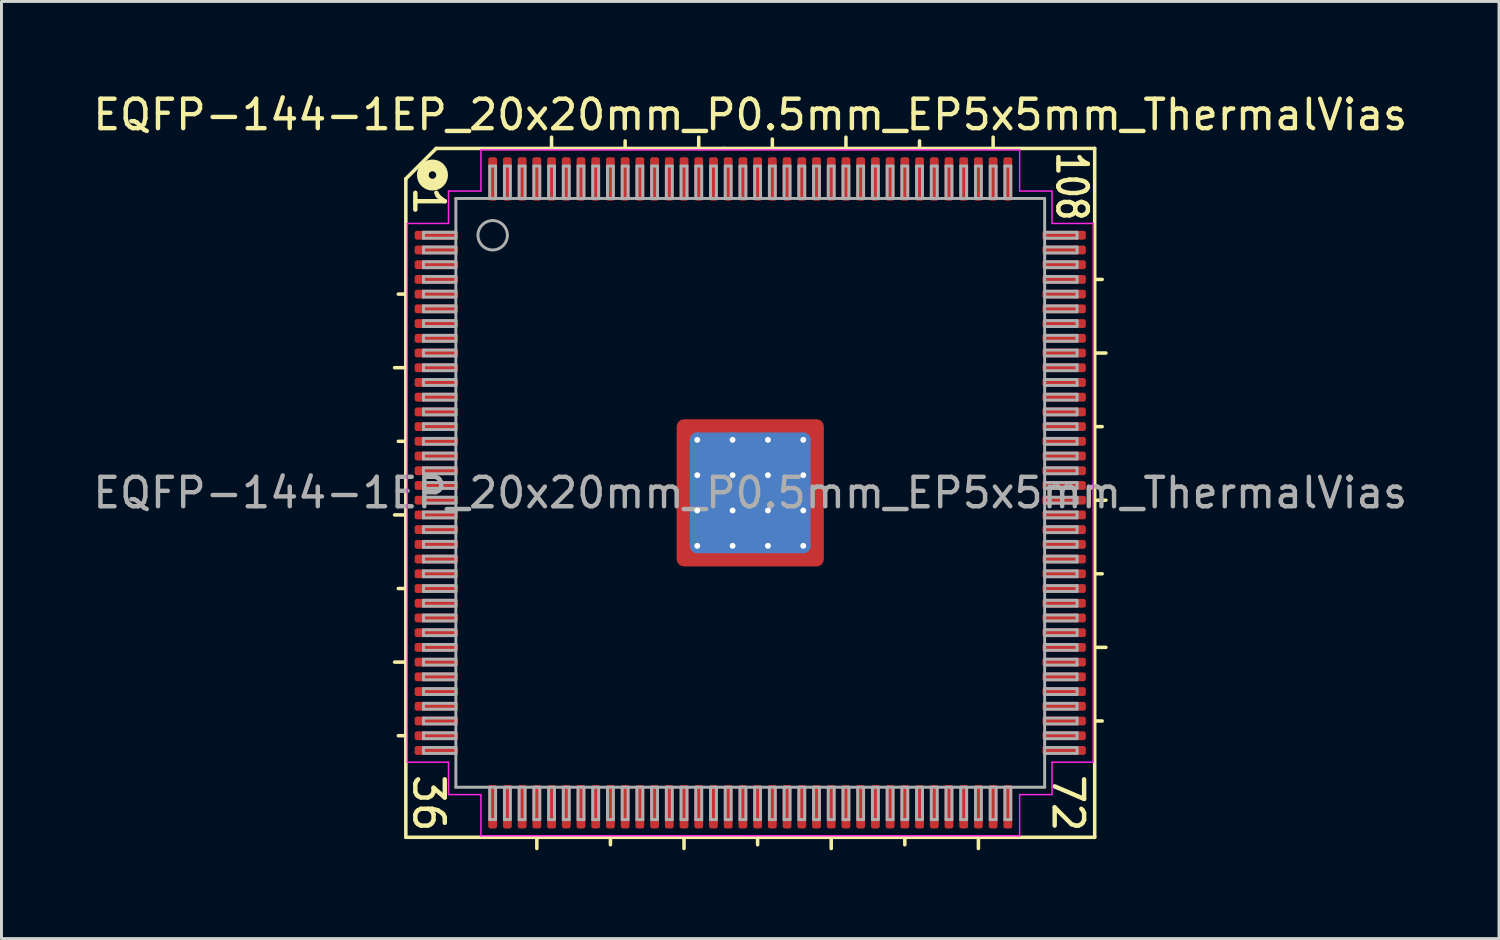
<source format=kicad_pcb>
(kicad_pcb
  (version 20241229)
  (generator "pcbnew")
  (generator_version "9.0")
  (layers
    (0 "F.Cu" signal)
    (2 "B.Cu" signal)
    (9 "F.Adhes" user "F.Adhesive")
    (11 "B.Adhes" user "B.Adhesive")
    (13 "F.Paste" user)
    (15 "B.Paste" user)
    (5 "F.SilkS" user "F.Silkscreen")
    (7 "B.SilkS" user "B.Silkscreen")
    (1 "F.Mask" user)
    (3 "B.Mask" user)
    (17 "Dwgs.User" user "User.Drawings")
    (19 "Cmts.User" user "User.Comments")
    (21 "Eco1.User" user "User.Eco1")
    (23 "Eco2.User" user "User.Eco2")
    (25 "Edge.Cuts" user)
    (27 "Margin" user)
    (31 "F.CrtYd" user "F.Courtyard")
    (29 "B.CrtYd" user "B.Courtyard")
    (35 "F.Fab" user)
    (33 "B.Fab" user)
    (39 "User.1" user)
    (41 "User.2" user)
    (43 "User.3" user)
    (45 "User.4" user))
  (footprint "EQFP-144-1EP_20x20mm_P0.5mm_EP5x5mm_ThermalVias"
    (layer "F.Cu")
    (at 22.435 13.691)
    (property "Reference" "EQFP-144-1EP_20x20mm_P0.5mm_EP5x5mm_ThermalVias" (at 0 -12.843 0) (layer "F.SilkS") (effects (font (size 1 1) (thickness 0.15))))
    (attr smd)
    (fp_line (start -11.7 -10.668) (end -11.7 11.7) (stroke (width 0.12) (type solid)) (layer "F.SilkS"))
    (fp_line (start -11.7 -6.75) (end -11.954 -6.75) (stroke (width 0.12) (type solid)) (layer "F.SilkS"))
    (fp_line (start -11.7 -4.25) (end -12.081 -4.25) (stroke (width 0.12) (type solid)) (layer "F.SilkS"))
    (fp_line (start -11.7 -1.75) (end -11.954 -1.75) (stroke (width 0.12) (type solid)) (layer "F.SilkS"))
    (fp_line (start -11.7 0.75) (end -12.081 0.75) (stroke (width 0.12) (type solid)) (layer "F.SilkS"))
    (fp_line (start -11.7 3.25) (end -11.954 3.25) (stroke (width 0.12) (type solid)) (layer "F.SilkS"))
    (fp_line (start -11.7 5.75) (end -12.081 5.75) (stroke (width 0.12) (type solid)) (layer "F.SilkS"))
    (fp_line (start -11.7 8.25) (end -11.954 8.25) (stroke (width 0.12) (type solid)) (layer "F.SilkS"))
    (fp_line (start -11.7 11.7) (end 11.7 11.7) (stroke (width 0.12) (type solid)) (layer "F.SilkS"))
    (fp_line (start -10.668 -11.7) (end -11.7 -10.668) (stroke (width 0.12) (type solid)) (layer "F.SilkS"))
    (fp_line (start -7.25 11.7) (end -7.25 12.081) (stroke (width 0.12) (type solid)) (layer "F.SilkS"))
    (fp_line (start -6.75 -11.7) (end -6.75 -12.081) (stroke (width 0.12) (type solid)) (layer "F.SilkS"))
    (fp_line (start -4.75 11.7) (end -4.75 11.954) (stroke (width 0.12) (type solid)) (layer "F.SilkS"))
    (fp_line (start -4.25 -11.7) (end -4.25 -11.954) (stroke (width 0.12) (type solid)) (layer "F.SilkS"))
    (fp_line (start -2.25 11.7) (end -2.25 12.081) (stroke (width 0.12) (type solid)) (layer "F.SilkS"))
    (fp_line (start -1.75 -11.7) (end -1.75 -12.081) (stroke (width 0.12) (type solid)) (layer "F.SilkS"))
    (fp_line (start -0.889 -11.7) (end -10.668 -11.7) (stroke (width 0.12) (type solid)) (layer "F.SilkS"))
    (fp_line (start 0.25 11.7) (end 0.25 11.954) (stroke (width 0.12) (type solid)) (layer "F.SilkS"))
    (fp_line (start 0.75 -11.766) (end 0.75 -12.016) (stroke (width 0.12) (type solid)) (layer "F.SilkS"))
    (fp_line (start 2.75 11.7) (end 2.75 12.081) (stroke (width 0.12) (type solid)) (layer "F.SilkS"))
    (fp_line (start 3.25 -11.7) (end 3.25 -12.081) (stroke (width 0.12) (type solid)) (layer "F.SilkS"))
    (fp_line (start 5.25 11.7) (end 5.25 11.954) (stroke (width 0.12) (type solid)) (layer "F.SilkS"))
    (fp_line (start 5.75 -11.7) (end 5.75 -11.954) (stroke (width 0.12) (type solid)) (layer "F.SilkS"))
    (fp_line (start 7.75 11.7) (end 7.75 12.081) (stroke (width 0.12) (type solid)) (layer "F.SilkS"))
    (fp_line (start 8.25 -11.7) (end 8.25 -12.081) (stroke (width 0.12) (type solid)) (layer "F.SilkS"))
    (fp_line (start 11.7 -11.7) (end -0.889 -11.7) (stroke (width 0.12) (type solid)) (layer "F.SilkS"))
    (fp_line (start 11.7 -7.25) (end 11.954 -7.25) (stroke (width 0.12) (type solid)) (layer "F.SilkS"))
    (fp_line (start 11.7 -4.75) (end 12.081 -4.75) (stroke (width 0.12) (type solid)) (layer "F.SilkS"))
    (fp_line (start 11.7 -2.25) (end 11.954 -2.25) (stroke (width 0.12) (type solid)) (layer "F.SilkS"))
    (fp_line (start 11.7 0.25) (end 12.081 0.25) (stroke (width 0.12) (type solid)) (layer "F.SilkS"))
    (fp_line (start 11.7 2.75) (end 11.954 2.75) (stroke (width 0.12) (type solid)) (layer "F.SilkS"))
    (fp_line (start 11.7 5.25) (end 12.081 5.25) (stroke (width 0.12) (type solid)) (layer "F.SilkS"))
    (fp_line (start 11.7 7.75) (end 11.954 7.75) (stroke (width 0.12) (type solid)) (layer "F.SilkS"))
    (fp_line (start 11.7 11.7) (end 11.7 -11.7) (stroke (width 0.12) (type solid)) (layer "F.SilkS"))
    (fp_circle (center -10.795 -10.795) (end -10.668 -10.795) (stroke (width 0.4) (type solid)) (fill no) (layer "F.SilkS"))
    (fp_line (start -11.65 -9.15) (end -11.65 0) (stroke (width 0.05) (type solid)) (layer "F.CrtYd"))
    (fp_line (start -11.65 9.15) (end -11.65 0) (stroke (width 0.05) (type solid)) (layer "F.CrtYd"))
    (fp_line (start -10.25 -10.25) (end -10.25 -9.15) (stroke (width 0.05) (type solid)) (layer "F.CrtYd"))
    (fp_line (start -10.25 -9.15) (end -11.65 -9.15) (stroke (width 0.05) (type solid)) (layer "F.CrtYd"))
    (fp_line (start -10.25 9.15) (end -11.65 9.15) (stroke (width 0.05) (type solid)) (layer "F.CrtYd"))
    (fp_line (start -10.25 10.25) (end -10.25 9.15) (stroke (width 0.05) (type solid)) (layer "F.CrtYd"))
    (fp_line (start -9.15 -11.65) (end -9.15 -10.25) (stroke (width 0.05) (type solid)) (layer "F.CrtYd"))
    (fp_line (start -9.15 -10.25) (end -10.25 -10.25) (stroke (width 0.05) (type solid)) (layer "F.CrtYd"))
    (fp_line (start -9.15 10.25) (end -10.25 10.25) (stroke (width 0.05) (type solid)) (layer "F.CrtYd"))
    (fp_line (start -9.15 11.65) (end -9.15 10.25) (stroke (width 0.05) (type solid)) (layer "F.CrtYd"))
    (fp_line (start 0 -11.65) (end -9.15 -11.65) (stroke (width 0.05) (type solid)) (layer "F.CrtYd"))
    (fp_line (start 0 -11.65) (end 9.15 -11.65) (stroke (width 0.05) (type solid)) (layer "F.CrtYd"))
    (fp_line (start 0 11.65) (end -9.15 11.65) (stroke (width 0.05) (type solid)) (layer "F.CrtYd"))
    (fp_line (start 0 11.65) (end 9.15 11.65) (stroke (width 0.05) (type solid)) (layer "F.CrtYd"))
    (fp_line (start 9.15 -11.65) (end 9.15 -10.25) (stroke (width 0.05) (type solid)) (layer "F.CrtYd"))
    (fp_line (start 9.15 -10.25) (end 10.25 -10.25) (stroke (width 0.05) (type solid)) (layer "F.CrtYd"))
    (fp_line (start 9.15 10.25) (end 10.25 10.25) (stroke (width 0.05) (type solid)) (layer "F.CrtYd"))
    (fp_line (start 9.15 11.65) (end 9.15 10.25) (stroke (width 0.05) (type solid)) (layer "F.CrtYd"))
    (fp_line (start 10.25 -10.25) (end 10.25 -9.15) (stroke (width 0.05) (type solid)) (layer "F.CrtYd"))
    (fp_line (start 10.25 -9.15) (end 11.65 -9.15) (stroke (width 0.05) (type solid)) (layer "F.CrtYd"))
    (fp_line (start 10.25 9.15) (end 11.65 9.15) (stroke (width 0.05) (type solid)) (layer "F.CrtYd"))
    (fp_line (start 10.25 10.25) (end 10.25 9.15) (stroke (width 0.05) (type solid)) (layer "F.CrtYd"))
    (fp_line (start 11.65 -9.15) (end 11.65 0) (stroke (width 0.05) (type solid)) (layer "F.CrtYd"))
    (fp_line (start 11.65 9.15) (end 11.65 0) (stroke (width 0.05) (type solid)) (layer "F.CrtYd"))
    (fp_line (start -11.1 -8.85) (end -11.1 -8.65) (stroke (width 0.1) (type solid)) (layer "F.Fab"))
    (fp_line (start -11.1 -8.85) (end -10 -8.85) (stroke (width 0.1) (type solid)) (layer "F.Fab"))
    (fp_line (start -11.1 -8.65) (end -10 -8.65) (stroke (width 0.1) (type solid)) (layer "F.Fab"))
    (fp_line (start -11.1 -8.35) (end -11.1 -8.15) (stroke (width 0.1) (type solid)) (layer "F.Fab"))
    (fp_line (start -11.1 -8.35) (end -10 -8.35) (stroke (width 0.1) (type solid)) (layer "F.Fab"))
    (fp_line (start -11.1 -8.15) (end -10 -8.15) (stroke (width 0.1) (type solid)) (layer "F.Fab"))
    (fp_line (start -11.1 -7.85) (end -11.1 -7.65) (stroke (width 0.1) (type solid)) (layer "F.Fab"))
    (fp_line (start -11.1 -7.85) (end -10 -7.85) (stroke (width 0.1) (type solid)) (layer "F.Fab"))
    (fp_line (start -11.1 -7.65) (end -10 -7.65) (stroke (width 0.1) (type solid)) (layer "F.Fab"))
    (fp_line (start -11.1 -7.35) (end -11.1 -7.15) (stroke (width 0.1) (type solid)) (layer "F.Fab"))
    (fp_line (start -11.1 -7.35) (end -10 -7.35) (stroke (width 0.1) (type solid)) (layer "F.Fab"))
    (fp_line (start -11.1 -7.15) (end -10 -7.15) (stroke (width 0.1) (type solid)) (layer "F.Fab"))
    (fp_line (start -11.1 -6.85) (end -11.1 -6.65) (stroke (width 0.1) (type solid)) (layer "F.Fab"))
    (fp_line (start -11.1 -6.85) (end -10 -6.85) (stroke (width 0.1) (type solid)) (layer "F.Fab"))
    (fp_line (start -11.1 -6.65) (end -10 -6.65) (stroke (width 0.1) (type solid)) (layer "F.Fab"))
    (fp_line (start -11.1 -6.35) (end -11.1 -6.15) (stroke (width 0.1) (type solid)) (layer "F.Fab"))
    (fp_line (start -11.1 -6.35) (end -10 -6.35) (stroke (width 0.1) (type solid)) (layer "F.Fab"))
    (fp_line (start -11.1 -6.15) (end -10 -6.15) (stroke (width 0.1) (type solid)) (layer "F.Fab"))
    (fp_line (start -11.1 -5.85) (end -11.1 -5.65) (stroke (width 0.1) (type solid)) (layer "F.Fab"))
    (fp_line (start -11.1 -5.85) (end -10 -5.85) (stroke (width 0.1) (type solid)) (layer "F.Fab"))
    (fp_line (start -11.1 -5.65) (end -10 -5.65) (stroke (width 0.1) (type solid)) (layer "F.Fab"))
    (fp_line (start -11.1 -5.35) (end -11.1 -5.15) (stroke (width 0.1) (type solid)) (layer "F.Fab"))
    (fp_line (start -11.1 -5.35) (end -10 -5.35) (stroke (width 0.1) (type solid)) (layer "F.Fab"))
    (fp_line (start -11.1 -5.15) (end -10 -5.15) (stroke (width 0.1) (type solid)) (layer "F.Fab"))
    (fp_line (start -11.1 -4.85) (end -11.1 -4.65) (stroke (width 0.1) (type solid)) (layer "F.Fab"))
    (fp_line (start -11.1 -4.85) (end -10 -4.85) (stroke (width 0.1) (type solid)) (layer "F.Fab"))
    (fp_line (start -11.1 -4.65) (end -10 -4.65) (stroke (width 0.1) (type solid)) (layer "F.Fab"))
    (fp_line (start -11.1 -4.35) (end -11.1 -4.15) (stroke (width 0.1) (type solid)) (layer "F.Fab"))
    (fp_line (start -11.1 -4.35) (end -10 -4.35) (stroke (width 0.1) (type solid)) (layer "F.Fab"))
    (fp_line (start -11.1 -4.15) (end -10 -4.15) (stroke (width 0.1) (type solid)) (layer "F.Fab"))
    (fp_line (start -11.1 -3.85) (end -11.1 -3.65) (stroke (width 0.1) (type solid)) (layer "F.Fab"))
    (fp_line (start -11.1 -3.85) (end -10 -3.85) (stroke (width 0.1) (type solid)) (layer "F.Fab"))
    (fp_line (start -11.1 -3.65) (end -10 -3.65) (stroke (width 0.1) (type solid)) (layer "F.Fab"))
    (fp_line (start -11.1 -3.35) (end -11.1 -3.15) (stroke (width 0.1) (type solid)) (layer "F.Fab"))
    (fp_line (start -11.1 -3.35) (end -10 -3.35) (stroke (width 0.1) (type solid)) (layer "F.Fab"))
    (fp_line (start -11.1 -3.15) (end -10 -3.15) (stroke (width 0.1) (type solid)) (layer "F.Fab"))
    (fp_line (start -11.1 -2.85) (end -11.1 -2.65) (stroke (width 0.1) (type solid)) (layer "F.Fab"))
    (fp_line (start -11.1 -2.85) (end -10 -2.85) (stroke (width 0.1) (type solid)) (layer "F.Fab"))
    (fp_line (start -11.1 -2.65) (end -10 -2.65) (stroke (width 0.1) (type solid)) (layer "F.Fab"))
    (fp_line (start -11.1 -2.35) (end -11.1 -2.15) (stroke (width 0.1) (type solid)) (layer "F.Fab"))
    (fp_line (start -11.1 -2.35) (end -10 -2.35) (stroke (width 0.1) (type solid)) (layer "F.Fab"))
    (fp_line (start -11.1 -2.15) (end -10 -2.15) (stroke (width 0.1) (type solid)) (layer "F.Fab"))
    (fp_line (start -11.1 -1.85) (end -11.1 -1.65) (stroke (width 0.1) (type solid)) (layer "F.Fab"))
    (fp_line (start -11.1 -1.85) (end -10 -1.85) (stroke (width 0.1) (type solid)) (layer "F.Fab"))
    (fp_line (start -11.1 -1.65) (end -10 -1.65) (stroke (width 0.1) (type solid)) (layer "F.Fab"))
    (fp_line (start -11.1 -1.35) (end -11.1 -1.15) (stroke (width 0.1) (type solid)) (layer "F.Fab"))
    (fp_line (start -11.1 -1.35) (end -10 -1.35) (stroke (width 0.1) (type solid)) (layer "F.Fab"))
    (fp_line (start -11.1 -1.15) (end -10 -1.15) (stroke (width 0.1) (type solid)) (layer "F.Fab"))
    (fp_line (start -11.1 -0.85) (end -11.1 -0.65) (stroke (width 0.1) (type solid)) (layer "F.Fab"))
    (fp_line (start -11.1 -0.85) (end -10 -0.85) (stroke (width 0.1) (type solid)) (layer "F.Fab"))
    (fp_line (start -11.1 -0.65) (end -10 -0.65) (stroke (width 0.1) (type solid)) (layer "F.Fab"))
    (fp_line (start -11.1 -0.35) (end -11.1 -0.15) (stroke (width 0.1) (type solid)) (layer "F.Fab"))
    (fp_line (start -11.1 -0.35) (end -10 -0.35) (stroke (width 0.1) (type solid)) (layer "F.Fab"))
    (fp_line (start -11.1 -0.15) (end -10 -0.15) (stroke (width 0.1) (type solid)) (layer "F.Fab"))
    (fp_line (start -11.1 0.15) (end -11.1 0.35) (stroke (width 0.1) (type solid)) (layer "F.Fab"))
    (fp_line (start -11.1 0.15) (end -10 0.15) (stroke (width 0.1) (type solid)) (layer "F.Fab"))
    (fp_line (start -11.1 0.35) (end -10 0.35) (stroke (width 0.1) (type solid)) (layer "F.Fab"))
    (fp_line (start -11.1 0.65) (end -11.1 0.85) (stroke (width 0.1) (type solid)) (layer "F.Fab"))
    (fp_line (start -11.1 0.65) (end -10 0.65) (stroke (width 0.1) (type solid)) (layer "F.Fab"))
    (fp_line (start -11.1 0.85) (end -10 0.85) (stroke (width 0.1) (type solid)) (layer "F.Fab"))
    (fp_line (start -11.1 1.15) (end -11.1 1.35) (stroke (width 0.1) (type solid)) (layer "F.Fab"))
    (fp_line (start -11.1 1.15) (end -10 1.15) (stroke (width 0.1) (type solid)) (layer "F.Fab"))
    (fp_line (start -11.1 1.35) (end -10 1.35) (stroke (width 0.1) (type solid)) (layer "F.Fab"))
    (fp_line (start -11.1 1.65) (end -11.1 1.85) (stroke (width 0.1) (type solid)) (layer "F.Fab"))
    (fp_line (start -11.1 1.65) (end -10 1.65) (stroke (width 0.1) (type solid)) (layer "F.Fab"))
    (fp_line (start -11.1 1.85) (end -10 1.85) (stroke (width 0.1) (type solid)) (layer "F.Fab"))
    (fp_line (start -11.1 2.15) (end -11.1 2.35) (stroke (width 0.1) (type solid)) (layer "F.Fab"))
    (fp_line (start -11.1 2.15) (end -10 2.15) (stroke (width 0.1) (type solid)) (layer "F.Fab"))
    (fp_line (start -11.1 2.35) (end -10 2.35) (stroke (width 0.1) (type solid)) (layer "F.Fab"))
    (fp_line (start -11.1 2.65) (end -11.1 2.85) (stroke (width 0.1) (type solid)) (layer "F.Fab"))
    (fp_line (start -11.1 2.65) (end -10 2.65) (stroke (width 0.1) (type solid)) (layer "F.Fab"))
    (fp_line (start -11.1 2.85) (end -10 2.85) (stroke (width 0.1) (type solid)) (layer "F.Fab"))
    (fp_line (start -11.1 3.15) (end -11.1 3.35) (stroke (width 0.1) (type solid)) (layer "F.Fab"))
    (fp_line (start -11.1 3.15) (end -10 3.15) (stroke (width 0.1) (type solid)) (layer "F.Fab"))
    (fp_line (start -11.1 3.35) (end -10 3.35) (stroke (width 0.1) (type solid)) (layer "F.Fab"))
    (fp_line (start -11.1 3.65) (end -11.1 3.85) (stroke (width 0.1) (type solid)) (layer "F.Fab"))
    (fp_line (start -11.1 3.65) (end -10 3.65) (stroke (width 0.1) (type solid)) (layer "F.Fab"))
    (fp_line (start -11.1 3.85) (end -10 3.85) (stroke (width 0.1) (type solid)) (layer "F.Fab"))
    (fp_line (start -11.1 4.15) (end -11.1 4.35) (stroke (width 0.1) (type solid)) (layer "F.Fab"))
    (fp_line (start -11.1 4.15) (end -10 4.15) (stroke (width 0.1) (type solid)) (layer "F.Fab"))
    (fp_line (start -11.1 4.35) (end -10 4.35) (stroke (width 0.1) (type solid)) (layer "F.Fab"))
    (fp_line (start -11.1 4.65) (end -11.1 4.85) (stroke (width 0.1) (type solid)) (layer "F.Fab"))
    (fp_line (start -11.1 4.65) (end -10 4.65) (stroke (width 0.1) (type solid)) (layer "F.Fab"))
    (fp_line (start -11.1 4.85) (end -10 4.85) (stroke (width 0.1) (type solid)) (layer "F.Fab"))
    (fp_line (start -11.1 5.15) (end -11.1 5.35) (stroke (width 0.1) (type solid)) (layer "F.Fab"))
    (fp_line (start -11.1 5.15) (end -10 5.15) (stroke (width 0.1) (type solid)) (layer "F.Fab"))
    (fp_line (start -11.1 5.35) (end -10 5.35) (stroke (width 0.1) (type solid)) (layer "F.Fab"))
    (fp_line (start -11.1 5.65) (end -11.1 5.85) (stroke (width 0.1) (type solid)) (layer "F.Fab"))
    (fp_line (start -11.1 5.65) (end -10 5.65) (stroke (width 0.1) (type solid)) (layer "F.Fab"))
    (fp_line (start -11.1 5.85) (end -10 5.85) (stroke (width 0.1) (type solid)) (layer "F.Fab"))
    (fp_line (start -11.1 6.15) (end -11.1 6.35) (stroke (width 0.1) (type solid)) (layer "F.Fab"))
    (fp_line (start -11.1 6.15) (end -10 6.15) (stroke (width 0.1) (type solid)) (layer "F.Fab"))
    (fp_line (start -11.1 6.35) (end -10 6.35) (stroke (width 0.1) (type solid)) (layer "F.Fab"))
    (fp_line (start -11.1 6.65) (end -11.1 6.85) (stroke (width 0.1) (type solid)) (layer "F.Fab"))
    (fp_line (start -11.1 6.65) (end -10 6.65) (stroke (width 0.1) (type solid)) (layer "F.Fab"))
    (fp_line (start -11.1 6.85) (end -10 6.85) (stroke (width 0.1) (type solid)) (layer "F.Fab"))
    (fp_line (start -11.1 7.15) (end -11.1 7.35) (stroke (width 0.1) (type solid)) (layer "F.Fab"))
    (fp_line (start -11.1 7.15) (end -10 7.15) (stroke (width 0.1) (type solid)) (layer "F.Fab"))
    (fp_line (start -11.1 7.35) (end -10 7.35) (stroke (width 0.1) (type solid)) (layer "F.Fab"))
    (fp_line (start -11.1 7.65) (end -11.1 7.85) (stroke (width 0.1) (type solid)) (layer "F.Fab"))
    (fp_line (start -11.1 7.65) (end -10 7.65) (stroke (width 0.1) (type solid)) (layer "F.Fab"))
    (fp_line (start -11.1 7.85) (end -10 7.85) (stroke (width 0.1) (type solid)) (layer "F.Fab"))
    (fp_line (start -11.1 8.15) (end -11.1 8.35) (stroke (width 0.1) (type solid)) (layer "F.Fab"))
    (fp_line (start -11.1 8.15) (end -10 8.15) (stroke (width 0.1) (type solid)) (layer "F.Fab"))
    (fp_line (start -11.1 8.35) (end -10 8.35) (stroke (width 0.1) (type solid)) (layer "F.Fab"))
    (fp_line (start -11.1 8.65) (end -11.1 8.85) (stroke (width 0.1) (type solid)) (layer "F.Fab"))
    (fp_line (start -11.1 8.65) (end -10 8.65) (stroke (width 0.1) (type solid)) (layer "F.Fab"))
    (fp_line (start -11.1 8.85) (end -10 8.85) (stroke (width 0.1) (type solid)) (layer "F.Fab"))
    (fp_line (start -10 -10) (end 10 -10) (stroke (width 0.1) (type solid)) (layer "F.Fab"))
    (fp_line (start -10 10) (end -10 -10) (stroke (width 0.1) (type solid)) (layer "F.Fab"))
    (fp_line (start -8.85 -11.1) (end -8.85 -10) (stroke (width 0.1) (type solid)) (layer "F.Fab"))
    (fp_line (start -8.85 11.1) (end -8.85 10) (stroke (width 0.1) (type solid)) (layer "F.Fab"))
    (fp_line (start -8.85 11.1) (end -8.65 11.1) (stroke (width 0.1) (type solid)) (layer "F.Fab"))
    (fp_line (start -8.65 -11.1) (end -8.85 -11.1) (stroke (width 0.1) (type solid)) (layer "F.Fab"))
    (fp_line (start -8.65 -11.1) (end -8.65 -10) (stroke (width 0.1) (type solid)) (layer "F.Fab"))
    (fp_line (start -8.65 11.1) (end -8.65 10) (stroke (width 0.1) (type solid)) (layer "F.Fab"))
    (fp_line (start -8.35 -11.1) (end -8.35 -10) (stroke (width 0.1) (type solid)) (layer "F.Fab"))
    (fp_line (start -8.35 11.1) (end -8.35 10) (stroke (width 0.1) (type solid)) (layer "F.Fab"))
    (fp_line (start -8.35 11.1) (end -8.15 11.1) (stroke (width 0.1) (type solid)) (layer "F.Fab"))
    (fp_line (start -8.15 -11.1) (end -8.35 -11.1) (stroke (width 0.1) (type solid)) (layer "F.Fab"))
    (fp_line (start -8.15 -11.1) (end -8.15 -10) (stroke (width 0.1) (type solid)) (layer "F.Fab"))
    (fp_line (start -8.15 11.1) (end -8.15 10) (stroke (width 0.1) (type solid)) (layer "F.Fab"))
    (fp_line (start -7.85 -11.1) (end -7.85 -10) (stroke (width 0.1) (type solid)) (layer "F.Fab"))
    (fp_line (start -7.85 11.1) (end -7.85 10) (stroke (width 0.1) (type solid)) (layer "F.Fab"))
    (fp_line (start -7.85 11.1) (end -7.65 11.1) (stroke (width 0.1) (type solid)) (layer "F.Fab"))
    (fp_line (start -7.65 -11.1) (end -7.85 -11.1) (stroke (width 0.1) (type solid)) (layer "F.Fab"))
    (fp_line (start -7.65 -11.1) (end -7.65 -10) (stroke (width 0.1) (type solid)) (layer "F.Fab"))
    (fp_line (start -7.65 11.1) (end -7.65 10) (stroke (width 0.1) (type solid)) (layer "F.Fab"))
    (fp_line (start -7.35 -11.1) (end -7.35 -10) (stroke (width 0.1) (type solid)) (layer "F.Fab"))
    (fp_line (start -7.35 11.1) (end -7.35 10) (stroke (width 0.1) (type solid)) (layer "F.Fab"))
    (fp_line (start -7.35 11.1) (end -7.15 11.1) (stroke (width 0.1) (type solid)) (layer "F.Fab"))
    (fp_line (start -7.15 -11.1) (end -7.35 -11.1) (stroke (width 0.1) (type solid)) (layer "F.Fab"))
    (fp_line (start -7.15 -11.1) (end -7.15 -10) (stroke (width 0.1) (type solid)) (layer "F.Fab"))
    (fp_line (start -7.15 11.1) (end -7.15 10) (stroke (width 0.1) (type solid)) (layer "F.Fab"))
    (fp_line (start -6.85 -11.1) (end -6.85 -10) (stroke (width 0.1) (type solid)) (layer "F.Fab"))
    (fp_line (start -6.85 11.1) (end -6.85 10) (stroke (width 0.1) (type solid)) (layer "F.Fab"))
    (fp_line (start -6.85 11.1) (end -6.65 11.1) (stroke (width 0.1) (type solid)) (layer "F.Fab"))
    (fp_line (start -6.65 -11.1) (end -6.85 -11.1) (stroke (width 0.1) (type solid)) (layer "F.Fab"))
    (fp_line (start -6.65 -11.1) (end -6.65 -10) (stroke (width 0.1) (type solid)) (layer "F.Fab"))
    (fp_line (start -6.65 11.1) (end -6.65 10) (stroke (width 0.1) (type solid)) (layer "F.Fab"))
    (fp_line (start -6.35 -11.1) (end -6.35 -10) (stroke (width 0.1) (type solid)) (layer "F.Fab"))
    (fp_line (start -6.35 11.1) (end -6.35 10) (stroke (width 0.1) (type solid)) (layer "F.Fab"))
    (fp_line (start -6.35 11.1) (end -6.15 11.1) (stroke (width 0.1) (type solid)) (layer "F.Fab"))
    (fp_line (start -6.15 -11.1) (end -6.35 -11.1) (stroke (width 0.1) (type solid)) (layer "F.Fab"))
    (fp_line (start -6.15 -11.1) (end -6.15 -10) (stroke (width 0.1) (type solid)) (layer "F.Fab"))
    (fp_line (start -6.15 11.1) (end -6.15 10) (stroke (width 0.1) (type solid)) (layer "F.Fab"))
    (fp_line (start -5.85 -11.1) (end -5.85 -10) (stroke (width 0.1) (type solid)) (layer "F.Fab"))
    (fp_line (start -5.85 11.1) (end -5.85 10) (stroke (width 0.1) (type solid)) (layer "F.Fab"))
    (fp_line (start -5.85 11.1) (end -5.65 11.1) (stroke (width 0.1) (type solid)) (layer "F.Fab"))
    (fp_line (start -5.65 -11.1) (end -5.85 -11.1) (stroke (width 0.1) (type solid)) (layer "F.Fab"))
    (fp_line (start -5.65 -11.1) (end -5.65 -10) (stroke (width 0.1) (type solid)) (layer "F.Fab"))
    (fp_line (start -5.65 11.1) (end -5.65 10) (stroke (width 0.1) (type solid)) (layer "F.Fab"))
    (fp_line (start -5.35 -11.1) (end -5.35 -10) (stroke (width 0.1) (type solid)) (layer "F.Fab"))
    (fp_line (start -5.35 11.1) (end -5.35 10) (stroke (width 0.1) (type solid)) (layer "F.Fab"))
    (fp_line (start -5.35 11.1) (end -5.15 11.1) (stroke (width 0.1) (type solid)) (layer "F.Fab"))
    (fp_line (start -5.15 -11.1) (end -5.35 -11.1) (stroke (width 0.1) (type solid)) (layer "F.Fab"))
    (fp_line (start -5.15 -11.1) (end -5.15 -10) (stroke (width 0.1) (type solid)) (layer "F.Fab"))
    (fp_line (start -5.15 11.1) (end -5.15 10) (stroke (width 0.1) (type solid)) (layer "F.Fab"))
    (fp_line (start -4.85 -11.1) (end -4.85 -10) (stroke (width 0.1) (type solid)) (layer "F.Fab"))
    (fp_line (start -4.85 11.1) (end -4.85 10) (stroke (width 0.1) (type solid)) (layer "F.Fab"))
    (fp_line (start -4.85 11.1) (end -4.65 11.1) (stroke (width 0.1) (type solid)) (layer "F.Fab"))
    (fp_line (start -4.65 -11.1) (end -4.85 -11.1) (stroke (width 0.1) (type solid)) (layer "F.Fab"))
    (fp_line (start -4.65 -11.1) (end -4.65 -10) (stroke (width 0.1) (type solid)) (layer "F.Fab"))
    (fp_line (start -4.65 11.1) (end -4.65 10) (stroke (width 0.1) (type solid)) (layer "F.Fab"))
    (fp_line (start -4.35 -11.1) (end -4.35 -10) (stroke (width 0.1) (type solid)) (layer "F.Fab"))
    (fp_line (start -4.35 11.1) (end -4.35 10) (stroke (width 0.1) (type solid)) (layer "F.Fab"))
    (fp_line (start -4.35 11.1) (end -4.15 11.1) (stroke (width 0.1) (type solid)) (layer "F.Fab"))
    (fp_line (start -4.15 -11.1) (end -4.35 -11.1) (stroke (width 0.1) (type solid)) (layer "F.Fab"))
    (fp_line (start -4.15 -11.1) (end -4.15 -10) (stroke (width 0.1) (type solid)) (layer "F.Fab"))
    (fp_line (start -4.15 11.1) (end -4.15 10) (stroke (width 0.1) (type solid)) (layer "F.Fab"))
    (fp_line (start -3.85 -11.1) (end -3.85 -10) (stroke (width 0.1) (type solid)) (layer "F.Fab"))
    (fp_line (start -3.85 11.1) (end -3.85 10) (stroke (width 0.1) (type solid)) (layer "F.Fab"))
    (fp_line (start -3.85 11.1) (end -3.65 11.1) (stroke (width 0.1) (type solid)) (layer "F.Fab"))
    (fp_line (start -3.65 -11.1) (end -3.85 -11.1) (stroke (width 0.1) (type solid)) (layer "F.Fab"))
    (fp_line (start -3.65 -11.1) (end -3.65 -10) (stroke (width 0.1) (type solid)) (layer "F.Fab"))
    (fp_line (start -3.65 11.1) (end -3.65 10) (stroke (width 0.1) (type solid)) (layer "F.Fab"))
    (fp_line (start -3.35 -11.1) (end -3.35 -10) (stroke (width 0.1) (type solid)) (layer "F.Fab"))
    (fp_line (start -3.35 11.1) (end -3.35 10) (stroke (width 0.1) (type solid)) (layer "F.Fab"))
    (fp_line (start -3.35 11.1) (end -3.15 11.1) (stroke (width 0.1) (type solid)) (layer "F.Fab"))
    (fp_line (start -3.15 -11.1) (end -3.35 -11.1) (stroke (width 0.1) (type solid)) (layer "F.Fab"))
    (fp_line (start -3.15 -11.1) (end -3.15 -10) (stroke (width 0.1) (type solid)) (layer "F.Fab"))
    (fp_line (start -3.15 11.1) (end -3.15 10) (stroke (width 0.1) (type solid)) (layer "F.Fab"))
    (fp_line (start -2.85 -11.1) (end -2.85 -10) (stroke (width 0.1) (type solid)) (layer "F.Fab"))
    (fp_line (start -2.85 11.1) (end -2.85 10) (stroke (width 0.1) (type solid)) (layer "F.Fab"))
    (fp_line (start -2.85 11.1) (end -2.65 11.1) (stroke (width 0.1) (type solid)) (layer "F.Fab"))
    (fp_line (start -2.65 -11.1) (end -2.85 -11.1) (stroke (width 0.1) (type solid)) (layer "F.Fab"))
    (fp_line (start -2.65 -11.1) (end -2.65 -10) (stroke (width 0.1) (type solid)) (layer "F.Fab"))
    (fp_line (start -2.65 11.1) (end -2.65 10) (stroke (width 0.1) (type solid)) (layer "F.Fab"))
    (fp_line (start -2.35 -11.1) (end -2.35 -10) (stroke (width 0.1) (type solid)) (layer "F.Fab"))
    (fp_line (start -2.35 11.1) (end -2.35 10) (stroke (width 0.1) (type solid)) (layer "F.Fab"))
    (fp_line (start -2.35 11.1) (end -2.15 11.1) (stroke (width 0.1) (type solid)) (layer "F.Fab"))
    (fp_line (start -2.15 -11.1) (end -2.35 -11.1) (stroke (width 0.1) (type solid)) (layer "F.Fab"))
    (fp_line (start -2.15 -11.1) (end -2.15 -10) (stroke (width 0.1) (type solid)) (layer "F.Fab"))
    (fp_line (start -2.15 11.1) (end -2.15 10) (stroke (width 0.1) (type solid)) (layer "F.Fab"))
    (fp_line (start -1.85 -11.1) (end -1.85 -10) (stroke (width 0.1) (type solid)) (layer "F.Fab"))
    (fp_line (start -1.85 11.1) (end -1.85 10) (stroke (width 0.1) (type solid)) (layer "F.Fab"))
    (fp_line (start -1.85 11.1) (end -1.65 11.1) (stroke (width 0.1) (type solid)) (layer "F.Fab"))
    (fp_line (start -1.65 -11.1) (end -1.85 -11.1) (stroke (width 0.1) (type solid)) (layer "F.Fab"))
    (fp_line (start -1.65 -11.1) (end -1.65 -10) (stroke (width 0.1) (type solid)) (layer "F.Fab"))
    (fp_line (start -1.65 11.1) (end -1.65 10) (stroke (width 0.1) (type solid)) (layer "F.Fab"))
    (fp_line (start -1.35 -11.1) (end -1.35 -10) (stroke (width 0.1) (type solid)) (layer "F.Fab"))
    (fp_line (start -1.35 11.1) (end -1.35 10) (stroke (width 0.1) (type solid)) (layer "F.Fab"))
    (fp_line (start -1.35 11.1) (end -1.15 11.1) (stroke (width 0.1) (type solid)) (layer "F.Fab"))
    (fp_line (start -1.15 -11.1) (end -1.35 -11.1) (stroke (width 0.1) (type solid)) (layer "F.Fab"))
    (fp_line (start -1.15 -11.1) (end -1.15 -10) (stroke (width 0.1) (type solid)) (layer "F.Fab"))
    (fp_line (start -1.15 11.1) (end -1.15 10) (stroke (width 0.1) (type solid)) (layer "F.Fab"))
    (fp_line (start -0.85 -11.1) (end -0.85 -10) (stroke (width 0.1) (type solid)) (layer "F.Fab"))
    (fp_line (start -0.85 11.1) (end -0.85 10) (stroke (width 0.1) (type solid)) (layer "F.Fab"))
    (fp_line (start -0.85 11.1) (end -0.65 11.1) (stroke (width 0.1) (type solid)) (layer "F.Fab"))
    (fp_line (start -0.65 -11.1) (end -0.85 -11.1) (stroke (width 0.1) (type solid)) (layer "F.Fab"))
    (fp_line (start -0.65 -11.1) (end -0.65 -10) (stroke (width 0.1) (type solid)) (layer "F.Fab"))
    (fp_line (start -0.65 11.1) (end -0.65 10) (stroke (width 0.1) (type solid)) (layer "F.Fab"))
    (fp_line (start -0.35 -11.1) (end -0.35 -10) (stroke (width 0.1) (type solid)) (layer "F.Fab"))
    (fp_line (start -0.35 11.1) (end -0.35 10) (stroke (width 0.1) (type solid)) (layer "F.Fab"))
    (fp_line (start -0.35 11.1) (end -0.15 11.1) (stroke (width 0.1) (type solid)) (layer "F.Fab"))
    (fp_line (start -0.15 -11.1) (end -0.35 -11.1) (stroke (width 0.1) (type solid)) (layer "F.Fab"))
    (fp_line (start -0.15 -11.1) (end -0.15 -10) (stroke (width 0.1) (type solid)) (layer "F.Fab"))
    (fp_line (start -0.15 11.1) (end -0.15 10) (stroke (width 0.1) (type solid)) (layer "F.Fab"))
    (fp_line (start 0.15 -11.1) (end 0.15 -10) (stroke (width 0.1) (type solid)) (layer "F.Fab"))
    (fp_line (start 0.15 11.1) (end 0.15 10) (stroke (width 0.1) (type solid)) (layer "F.Fab"))
    (fp_line (start 0.15 11.1) (end 0.35 11.1) (stroke (width 0.1) (type solid)) (layer "F.Fab"))
    (fp_line (start 0.35 -11.1) (end 0.15 -11.1) (stroke (width 0.1) (type solid)) (layer "F.Fab"))
    (fp_line (start 0.35 -11.1) (end 0.35 -10) (stroke (width 0.1) (type solid)) (layer "F.Fab"))
    (fp_line (start 0.35 11.1) (end 0.35 10) (stroke (width 0.1) (type solid)) (layer "F.Fab"))
    (fp_line (start 0.65 -11.1) (end 0.65 -10) (stroke (width 0.1) (type solid)) (layer "F.Fab"))
    (fp_line (start 0.65 11.1) (end 0.65 10) (stroke (width 0.1) (type solid)) (layer "F.Fab"))
    (fp_line (start 0.65 11.1) (end 0.85 11.1) (stroke (width 0.1) (type solid)) (layer "F.Fab"))
    (fp_line (start 0.85 -11.1) (end 0.65 -11.1) (stroke (width 0.1) (type solid)) (layer "F.Fab"))
    (fp_line (start 0.85 -11.1) (end 0.85 -10) (stroke (width 0.1) (type solid)) (layer "F.Fab"))
    (fp_line (start 0.85 11.1) (end 0.85 10) (stroke (width 0.1) (type solid)) (layer "F.Fab"))
    (fp_line (start 1.15 -11.1) (end 1.15 -10) (stroke (width 0.1) (type solid)) (layer "F.Fab"))
    (fp_line (start 1.15 11.1) (end 1.15 10) (stroke (width 0.1) (type solid)) (layer "F.Fab"))
    (fp_line (start 1.15 11.1) (end 1.35 11.1) (stroke (width 0.1) (type solid)) (layer "F.Fab"))
    (fp_line (start 1.35 -11.1) (end 1.15 -11.1) (stroke (width 0.1) (type solid)) (layer "F.Fab"))
    (fp_line (start 1.35 -11.1) (end 1.35 -10) (stroke (width 0.1) (type solid)) (layer "F.Fab"))
    (fp_line (start 1.35 11.1) (end 1.35 10) (stroke (width 0.1) (type solid)) (layer "F.Fab"))
    (fp_line (start 1.65 -11.1) (end 1.65 -10) (stroke (width 0.1) (type solid)) (layer "F.Fab"))
    (fp_line (start 1.65 11.1) (end 1.65 10) (stroke (width 0.1) (type solid)) (layer "F.Fab"))
    (fp_line (start 1.65 11.1) (end 1.85 11.1) (stroke (width 0.1) (type solid)) (layer "F.Fab"))
    (fp_line (start 1.85 -11.1) (end 1.65 -11.1) (stroke (width 0.1) (type solid)) (layer "F.Fab"))
    (fp_line (start 1.85 -11.1) (end 1.85 -10) (stroke (width 0.1) (type solid)) (layer "F.Fab"))
    (fp_line (start 1.85 11.1) (end 1.85 10) (stroke (width 0.1) (type solid)) (layer "F.Fab"))
    (fp_line (start 2.15 -11.1) (end 2.15 -10) (stroke (width 0.1) (type solid)) (layer "F.Fab"))
    (fp_line (start 2.15 11.1) (end 2.15 10) (stroke (width 0.1) (type solid)) (layer "F.Fab"))
    (fp_line (start 2.15 11.1) (end 2.35 11.1) (stroke (width 0.1) (type solid)) (layer "F.Fab"))
    (fp_line (start 2.35 -11.1) (end 2.15 -11.1) (stroke (width 0.1) (type solid)) (layer "F.Fab"))
    (fp_line (start 2.35 -11.1) (end 2.35 -10) (stroke (width 0.1) (type solid)) (layer "F.Fab"))
    (fp_line (start 2.35 11.1) (end 2.35 10) (stroke (width 0.1) (type solid)) (layer "F.Fab"))
    (fp_line (start 2.65 -11.1) (end 2.65 -10) (stroke (width 0.1) (type solid)) (layer "F.Fab"))
    (fp_line (start 2.65 11.1) (end 2.65 10) (stroke (width 0.1) (type solid)) (layer "F.Fab"))
    (fp_line (start 2.65 11.1) (end 2.85 11.1) (stroke (width 0.1) (type solid)) (layer "F.Fab"))
    (fp_line (start 2.85 -11.1) (end 2.65 -11.1) (stroke (width 0.1) (type solid)) (layer "F.Fab"))
    (fp_line (start 2.85 -11.1) (end 2.85 -10) (stroke (width 0.1) (type solid)) (layer "F.Fab"))
    (fp_line (start 2.85 11.1) (end 2.85 10) (stroke (width 0.1) (type solid)) (layer "F.Fab"))
    (fp_line (start 3.15 -11.1) (end 3.15 -10) (stroke (width 0.1) (type solid)) (layer "F.Fab"))
    (fp_line (start 3.15 11.1) (end 3.15 10) (stroke (width 0.1) (type solid)) (layer "F.Fab"))
    (fp_line (start 3.15 11.1) (end 3.35 11.1) (stroke (width 0.1) (type solid)) (layer "F.Fab"))
    (fp_line (start 3.35 -11.1) (end 3.15 -11.1) (stroke (width 0.1) (type solid)) (layer "F.Fab"))
    (fp_line (start 3.35 -11.1) (end 3.35 -10) (stroke (width 0.1) (type solid)) (layer "F.Fab"))
    (fp_line (start 3.35 11.1) (end 3.35 10) (stroke (width 0.1) (type solid)) (layer "F.Fab"))
    (fp_line (start 3.65 -11.1) (end 3.65 -10) (stroke (width 0.1) (type solid)) (layer "F.Fab"))
    (fp_line (start 3.65 11.1) (end 3.65 10) (stroke (width 0.1) (type solid)) (layer "F.Fab"))
    (fp_line (start 3.65 11.1) (end 3.85 11.1) (stroke (width 0.1) (type solid)) (layer "F.Fab"))
    (fp_line (start 3.85 -11.1) (end 3.65 -11.1) (stroke (width 0.1) (type solid)) (layer "F.Fab"))
    (fp_line (start 3.85 -11.1) (end 3.85 -10) (stroke (width 0.1) (type solid)) (layer "F.Fab"))
    (fp_line (start 3.85 11.1) (end 3.85 10) (stroke (width 0.1) (type solid)) (layer "F.Fab"))
    (fp_line (start 4.15 -11.1) (end 4.15 -10) (stroke (width 0.1) (type solid)) (layer "F.Fab"))
    (fp_line (start 4.15 11.1) (end 4.15 10) (stroke (width 0.1) (type solid)) (layer "F.Fab"))
    (fp_line (start 4.15 11.1) (end 4.35 11.1) (stroke (width 0.1) (type solid)) (layer "F.Fab"))
    (fp_line (start 4.35 -11.1) (end 4.15 -11.1) (stroke (width 0.1) (type solid)) (layer "F.Fab"))
    (fp_line (start 4.35 -11.1) (end 4.35 -10) (stroke (width 0.1) (type solid)) (layer "F.Fab"))
    (fp_line (start 4.35 11.1) (end 4.35 10) (stroke (width 0.1) (type solid)) (layer "F.Fab"))
    (fp_line (start 4.65 -11.1) (end 4.65 -10) (stroke (width 0.1) (type solid)) (layer "F.Fab"))
    (fp_line (start 4.65 11.1) (end 4.65 10) (stroke (width 0.1) (type solid)) (layer "F.Fab"))
    (fp_line (start 4.65 11.1) (end 4.85 11.1) (stroke (width 0.1) (type solid)) (layer "F.Fab"))
    (fp_line (start 4.85 -11.1) (end 4.65 -11.1) (stroke (width 0.1) (type solid)) (layer "F.Fab"))
    (fp_line (start 4.85 -11.1) (end 4.85 -10) (stroke (width 0.1) (type solid)) (layer "F.Fab"))
    (fp_line (start 4.85 11.1) (end 4.85 10) (stroke (width 0.1) (type solid)) (layer "F.Fab"))
    (fp_line (start 5.15 -11.1) (end 5.15 -10) (stroke (width 0.1) (type solid)) (layer "F.Fab"))
    (fp_line (start 5.15 11.1) (end 5.15 10) (stroke (width 0.1) (type solid)) (layer "F.Fab"))
    (fp_line (start 5.15 11.1) (end 5.35 11.1) (stroke (width 0.1) (type solid)) (layer "F.Fab"))
    (fp_line (start 5.35 -11.1) (end 5.15 -11.1) (stroke (width 0.1) (type solid)) (layer "F.Fab"))
    (fp_line (start 5.35 -11.1) (end 5.35 -10) (stroke (width 0.1) (type solid)) (layer "F.Fab"))
    (fp_line (start 5.35 11.1) (end 5.35 10) (stroke (width 0.1) (type solid)) (layer "F.Fab"))
    (fp_line (start 5.65 -11.1) (end 5.65 -10) (stroke (width 0.1) (type solid)) (layer "F.Fab"))
    (fp_line (start 5.65 11.1) (end 5.65 10) (stroke (width 0.1) (type solid)) (layer "F.Fab"))
    (fp_line (start 5.65 11.1) (end 5.85 11.1) (stroke (width 0.1) (type solid)) (layer "F.Fab"))
    (fp_line (start 5.85 -11.1) (end 5.65 -11.1) (stroke (width 0.1) (type solid)) (layer "F.Fab"))
    (fp_line (start 5.85 -11.1) (end 5.85 -10) (stroke (width 0.1) (type solid)) (layer "F.Fab"))
    (fp_line (start 5.85 11.1) (end 5.85 10) (stroke (width 0.1) (type solid)) (layer "F.Fab"))
    (fp_line (start 6.15 -11.1) (end 6.15 -10) (stroke (width 0.1) (type solid)) (layer "F.Fab"))
    (fp_line (start 6.15 11.1) (end 6.15 10) (stroke (width 0.1) (type solid)) (layer "F.Fab"))
    (fp_line (start 6.15 11.1) (end 6.35 11.1) (stroke (width 0.1) (type solid)) (layer "F.Fab"))
    (fp_line (start 6.35 -11.1) (end 6.15 -11.1) (stroke (width 0.1) (type solid)) (layer "F.Fab"))
    (fp_line (start 6.35 -11.1) (end 6.35 -10) (stroke (width 0.1) (type solid)) (layer "F.Fab"))
    (fp_line (start 6.35 11.1) (end 6.35 10) (stroke (width 0.1) (type solid)) (layer "F.Fab"))
    (fp_line (start 6.65 -11.1) (end 6.65 -10) (stroke (width 0.1) (type solid)) (layer "F.Fab"))
    (fp_line (start 6.65 11.1) (end 6.65 10) (stroke (width 0.1) (type solid)) (layer "F.Fab"))
    (fp_line (start 6.65 11.1) (end 6.85 11.1) (stroke (width 0.1) (type solid)) (layer "F.Fab"))
    (fp_line (start 6.85 -11.1) (end 6.65 -11.1) (stroke (width 0.1) (type solid)) (layer "F.Fab"))
    (fp_line (start 6.85 -11.1) (end 6.85 -10) (stroke (width 0.1) (type solid)) (layer "F.Fab"))
    (fp_line (start 6.85 11.1) (end 6.85 10) (stroke (width 0.1) (type solid)) (layer "F.Fab"))
    (fp_line (start 7.15 -11.1) (end 7.15 -10) (stroke (width 0.1) (type solid)) (layer "F.Fab"))
    (fp_line (start 7.15 11.1) (end 7.15 10) (stroke (width 0.1) (type solid)) (layer "F.Fab"))
    (fp_line (start 7.15 11.1) (end 7.35 11.1) (stroke (width 0.1) (type solid)) (layer "F.Fab"))
    (fp_line (start 7.35 -11.1) (end 7.15 -11.1) (stroke (width 0.1) (type solid)) (layer "F.Fab"))
    (fp_line (start 7.35 -11.1) (end 7.35 -10) (stroke (width 0.1) (type solid)) (layer "F.Fab"))
    (fp_line (start 7.35 11.1) (end 7.35 10) (stroke (width 0.1) (type solid)) (layer "F.Fab"))
    (fp_line (start 7.65 -11.1) (end 7.65 -10) (stroke (width 0.1) (type solid)) (layer "F.Fab"))
    (fp_line (start 7.65 11.1) (end 7.65 10) (stroke (width 0.1) (type solid)) (layer "F.Fab"))
    (fp_line (start 7.65 11.1) (end 7.85 11.1) (stroke (width 0.1) (type solid)) (layer "F.Fab"))
    (fp_line (start 7.85 -11.1) (end 7.65 -11.1) (stroke (width 0.1) (type solid)) (layer "F.Fab"))
    (fp_line (start 7.85 -11.1) (end 7.85 -10) (stroke (width 0.1) (type solid)) (layer "F.Fab"))
    (fp_line (start 7.85 11.1) (end 7.85 10) (stroke (width 0.1) (type solid)) (layer "F.Fab"))
    (fp_line (start 8.15 -11.1) (end 8.15 -10) (stroke (width 0.1) (type solid)) (layer "F.Fab"))
    (fp_line (start 8.15 11.1) (end 8.15 10) (stroke (width 0.1) (type solid)) (layer "F.Fab"))
    (fp_line (start 8.15 11.1) (end 8.35 11.1) (stroke (width 0.1) (type solid)) (layer "F.Fab"))
    (fp_line (start 8.35 -11.1) (end 8.15 -11.1) (stroke (width 0.1) (type solid)) (layer "F.Fab"))
    (fp_line (start 8.35 -11.1) (end 8.35 -10) (stroke (width 0.1) (type solid)) (layer "F.Fab"))
    (fp_line (start 8.35 11.1) (end 8.35 10) (stroke (width 0.1) (type solid)) (layer "F.Fab"))
    (fp_line (start 8.65 -11.1) (end 8.65 -10) (stroke (width 0.1) (type solid)) (layer "F.Fab"))
    (fp_line (start 8.65 11.1) (end 8.65 10) (stroke (width 0.1) (type solid)) (layer "F.Fab"))
    (fp_line (start 8.65 11.1) (end 8.85 11.1) (stroke (width 0.1) (type solid)) (layer "F.Fab"))
    (fp_line (start 8.85 -11.1) (end 8.65 -11.1) (stroke (width 0.1) (type solid)) (layer "F.Fab"))
    (fp_line (start 8.85 -11.1) (end 8.85 -10) (stroke (width 0.1) (type solid)) (layer "F.Fab"))
    (fp_line (start 8.85 11.1) (end 8.85 10) (stroke (width 0.1) (type solid)) (layer "F.Fab"))
    (fp_line (start 10 -10) (end 10 10) (stroke (width 0.1) (type solid)) (layer "F.Fab"))
    (fp_line (start 10 10) (end -10 10) (stroke (width 0.1) (type solid)) (layer "F.Fab"))
    (fp_line (start 11.1 -8.85) (end 10 -8.85) (stroke (width 0.1) (type solid)) (layer "F.Fab"))
    (fp_line (start 11.1 -8.65) (end 10 -8.65) (stroke (width 0.1) (type solid)) (layer "F.Fab"))
    (fp_line (start 11.1 -8.65) (end 11.1 -8.85) (stroke (width 0.1) (type solid)) (layer "F.Fab"))
    (fp_line (start 11.1 -8.35) (end 10 -8.35) (stroke (width 0.1) (type solid)) (layer "F.Fab"))
    (fp_line (start 11.1 -8.15) (end 10 -8.15) (stroke (width 0.1) (type solid)) (layer "F.Fab"))
    (fp_line (start 11.1 -8.15) (end 11.1 -8.35) (stroke (width 0.1) (type solid)) (layer "F.Fab"))
    (fp_line (start 11.1 -7.85) (end 10 -7.85) (stroke (width 0.1) (type solid)) (layer "F.Fab"))
    (fp_line (start 11.1 -7.65) (end 10 -7.65) (stroke (width 0.1) (type solid)) (layer "F.Fab"))
    (fp_line (start 11.1 -7.65) (end 11.1 -7.85) (stroke (width 0.1) (type solid)) (layer "F.Fab"))
    (fp_line (start 11.1 -7.35) (end 10 -7.35) (stroke (width 0.1) (type solid)) (layer "F.Fab"))
    (fp_line (start 11.1 -7.15) (end 10 -7.15) (stroke (width 0.1) (type solid)) (layer "F.Fab"))
    (fp_line (start 11.1 -7.15) (end 11.1 -7.35) (stroke (width 0.1) (type solid)) (layer "F.Fab"))
    (fp_line (start 11.1 -6.85) (end 10 -6.85) (stroke (width 0.1) (type solid)) (layer "F.Fab"))
    (fp_line (start 11.1 -6.65) (end 10 -6.65) (stroke (width 0.1) (type solid)) (layer "F.Fab"))
    (fp_line (start 11.1 -6.65) (end 11.1 -6.85) (stroke (width 0.1) (type solid)) (layer "F.Fab"))
    (fp_line (start 11.1 -6.35) (end 10 -6.35) (stroke (width 0.1) (type solid)) (layer "F.Fab"))
    (fp_line (start 11.1 -6.15) (end 10 -6.15) (stroke (width 0.1) (type solid)) (layer "F.Fab"))
    (fp_line (start 11.1 -6.15) (end 11.1 -6.35) (stroke (width 0.1) (type solid)) (layer "F.Fab"))
    (fp_line (start 11.1 -5.85) (end 10 -5.85) (stroke (width 0.1) (type solid)) (layer "F.Fab"))
    (fp_line (start 11.1 -5.65) (end 10 -5.65) (stroke (width 0.1) (type solid)) (layer "F.Fab"))
    (fp_line (start 11.1 -5.65) (end 11.1 -5.85) (stroke (width 0.1) (type solid)) (layer "F.Fab"))
    (fp_line (start 11.1 -5.35) (end 10 -5.35) (stroke (width 0.1) (type solid)) (layer "F.Fab"))
    (fp_line (start 11.1 -5.15) (end 10 -5.15) (stroke (width 0.1) (type solid)) (layer "F.Fab"))
    (fp_line (start 11.1 -5.15) (end 11.1 -5.35) (stroke (width 0.1) (type solid)) (layer "F.Fab"))
    (fp_line (start 11.1 -4.85) (end 10 -4.85) (stroke (width 0.1) (type solid)) (layer "F.Fab"))
    (fp_line (start 11.1 -4.65) (end 10 -4.65) (stroke (width 0.1) (type solid)) (layer "F.Fab"))
    (fp_line (start 11.1 -4.65) (end 11.1 -4.85) (stroke (width 0.1) (type solid)) (layer "F.Fab"))
    (fp_line (start 11.1 -4.35) (end 10 -4.35) (stroke (width 0.1) (type solid)) (layer "F.Fab"))
    (fp_line (start 11.1 -4.15) (end 10 -4.15) (stroke (width 0.1) (type solid)) (layer "F.Fab"))
    (fp_line (start 11.1 -4.15) (end 11.1 -4.35) (stroke (width 0.1) (type solid)) (layer "F.Fab"))
    (fp_line (start 11.1 -3.85) (end 10 -3.85) (stroke (width 0.1) (type solid)) (layer "F.Fab"))
    (fp_line (start 11.1 -3.65) (end 10 -3.65) (stroke (width 0.1) (type solid)) (layer "F.Fab"))
    (fp_line (start 11.1 -3.65) (end 11.1 -3.85) (stroke (width 0.1) (type solid)) (layer "F.Fab"))
    (fp_line (start 11.1 -3.35) (end 10 -3.35) (stroke (width 0.1) (type solid)) (layer "F.Fab"))
    (fp_line (start 11.1 -3.15) (end 10 -3.15) (stroke (width 0.1) (type solid)) (layer "F.Fab"))
    (fp_line (start 11.1 -3.15) (end 11.1 -3.35) (stroke (width 0.1) (type solid)) (layer "F.Fab"))
    (fp_line (start 11.1 -2.85) (end 10 -2.85) (stroke (width 0.1) (type solid)) (layer "F.Fab"))
    (fp_line (start 11.1 -2.65) (end 10 -2.65) (stroke (width 0.1) (type solid)) (layer "F.Fab"))
    (fp_line (start 11.1 -2.65) (end 11.1 -2.85) (stroke (width 0.1) (type solid)) (layer "F.Fab"))
    (fp_line (start 11.1 -2.35) (end 10 -2.35) (stroke (width 0.1) (type solid)) (layer "F.Fab"))
    (fp_line (start 11.1 -2.15) (end 10 -2.15) (stroke (width 0.1) (type solid)) (layer "F.Fab"))
    (fp_line (start 11.1 -2.15) (end 11.1 -2.35) (stroke (width 0.1) (type solid)) (layer "F.Fab"))
    (fp_line (start 11.1 -1.85) (end 10 -1.85) (stroke (width 0.1) (type solid)) (layer "F.Fab"))
    (fp_line (start 11.1 -1.65) (end 10 -1.65) (stroke (width 0.1) (type solid)) (layer "F.Fab"))
    (fp_line (start 11.1 -1.65) (end 11.1 -1.85) (stroke (width 0.1) (type solid)) (layer "F.Fab"))
    (fp_line (start 11.1 -1.35) (end 10 -1.35) (stroke (width 0.1) (type solid)) (layer "F.Fab"))
    (fp_line (start 11.1 -1.15) (end 10 -1.15) (stroke (width 0.1) (type solid)) (layer "F.Fab"))
    (fp_line (start 11.1 -1.15) (end 11.1 -1.35) (stroke (width 0.1) (type solid)) (layer "F.Fab"))
    (fp_line (start 11.1 -0.85) (end 10 -0.85) (stroke (width 0.1) (type solid)) (layer "F.Fab"))
    (fp_line (start 11.1 -0.65) (end 10 -0.65) (stroke (width 0.1) (type solid)) (layer "F.Fab"))
    (fp_line (start 11.1 -0.65) (end 11.1 -0.85) (stroke (width 0.1) (type solid)) (layer "F.Fab"))
    (fp_line (start 11.1 -0.35) (end 10 -0.35) (stroke (width 0.1) (type solid)) (layer "F.Fab"))
    (fp_line (start 11.1 -0.15) (end 10 -0.15) (stroke (width 0.1) (type solid)) (layer "F.Fab"))
    (fp_line (start 11.1 -0.15) (end 11.1 -0.35) (stroke (width 0.1) (type solid)) (layer "F.Fab"))
    (fp_line (start 11.1 0.15) (end 10 0.15) (stroke (width 0.1) (type solid)) (layer "F.Fab"))
    (fp_line (start 11.1 0.35) (end 10 0.35) (stroke (width 0.1) (type solid)) (layer "F.Fab"))
    (fp_line (start 11.1 0.35) (end 11.1 0.15) (stroke (width 0.1) (type solid)) (layer "F.Fab"))
    (fp_line (start 11.1 0.65) (end 10 0.65) (stroke (width 0.1) (type solid)) (layer "F.Fab"))
    (fp_line (start 11.1 0.85) (end 10 0.85) (stroke (width 0.1) (type solid)) (layer "F.Fab"))
    (fp_line (start 11.1 0.85) (end 11.1 0.65) (stroke (width 0.1) (type solid)) (layer "F.Fab"))
    (fp_line (start 11.1 1.15) (end 10 1.15) (stroke (width 0.1) (type solid)) (layer "F.Fab"))
    (fp_line (start 11.1 1.35) (end 10 1.35) (stroke (width 0.1) (type solid)) (layer "F.Fab"))
    (fp_line (start 11.1 1.35) (end 11.1 1.15) (stroke (width 0.1) (type solid)) (layer "F.Fab"))
    (fp_line (start 11.1 1.65) (end 10 1.65) (stroke (width 0.1) (type solid)) (layer "F.Fab"))
    (fp_line (start 11.1 1.85) (end 10 1.85) (stroke (width 0.1) (type solid)) (layer "F.Fab"))
    (fp_line (start 11.1 1.85) (end 11.1 1.65) (stroke (width 0.1) (type solid)) (layer "F.Fab"))
    (fp_line (start 11.1 2.15) (end 10 2.15) (stroke (width 0.1) (type solid)) (layer "F.Fab"))
    (fp_line (start 11.1 2.35) (end 10 2.35) (stroke (width 0.1) (type solid)) (layer "F.Fab"))
    (fp_line (start 11.1 2.35) (end 11.1 2.15) (stroke (width 0.1) (type solid)) (layer "F.Fab"))
    (fp_line (start 11.1 2.65) (end 10 2.65) (stroke (width 0.1) (type solid)) (layer "F.Fab"))
    (fp_line (start 11.1 2.85) (end 10 2.85) (stroke (width 0.1) (type solid)) (layer "F.Fab"))
    (fp_line (start 11.1 2.85) (end 11.1 2.65) (stroke (width 0.1) (type solid)) (layer "F.Fab"))
    (fp_line (start 11.1 3.15) (end 10 3.15) (stroke (width 0.1) (type solid)) (layer "F.Fab"))
    (fp_line (start 11.1 3.35) (end 10 3.35) (stroke (width 0.1) (type solid)) (layer "F.Fab"))
    (fp_line (start 11.1 3.35) (end 11.1 3.15) (stroke (width 0.1) (type solid)) (layer "F.Fab"))
    (fp_line (start 11.1 3.65) (end 10 3.65) (stroke (width 0.1) (type solid)) (layer "F.Fab"))
    (fp_line (start 11.1 3.85) (end 10 3.85) (stroke (width 0.1) (type solid)) (layer "F.Fab"))
    (fp_line (start 11.1 3.85) (end 11.1 3.65) (stroke (width 0.1) (type solid)) (layer "F.Fab"))
    (fp_line (start 11.1 4.15) (end 10 4.15) (stroke (width 0.1) (type solid)) (layer "F.Fab"))
    (fp_line (start 11.1 4.35) (end 10 4.35) (stroke (width 0.1) (type solid)) (layer "F.Fab"))
    (fp_line (start 11.1 4.35) (end 11.1 4.15) (stroke (width 0.1) (type solid)) (layer "F.Fab"))
    (fp_line (start 11.1 4.65) (end 10 4.65) (stroke (width 0.1) (type solid)) (layer "F.Fab"))
    (fp_line (start 11.1 4.85) (end 10 4.85) (stroke (width 0.1) (type solid)) (layer "F.Fab"))
    (fp_line (start 11.1 4.85) (end 11.1 4.65) (stroke (width 0.1) (type solid)) (layer "F.Fab"))
    (fp_line (start 11.1 5.15) (end 10 5.15) (stroke (width 0.1) (type solid)) (layer "F.Fab"))
    (fp_line (start 11.1 5.35) (end 10 5.35) (stroke (width 0.1) (type solid)) (layer "F.Fab"))
    (fp_line (start 11.1 5.35) (end 11.1 5.15) (stroke (width 0.1) (type solid)) (layer "F.Fab"))
    (fp_line (start 11.1 5.65) (end 10 5.65) (stroke (width 0.1) (type solid)) (layer "F.Fab"))
    (fp_line (start 11.1 5.85) (end 10 5.85) (stroke (width 0.1) (type solid)) (layer "F.Fab"))
    (fp_line (start 11.1 5.85) (end 11.1 5.65) (stroke (width 0.1) (type solid)) (layer "F.Fab"))
    (fp_line (start 11.1 6.15) (end 10 6.15) (stroke (width 0.1) (type solid)) (layer "F.Fab"))
    (fp_line (start 11.1 6.35) (end 10 6.35) (stroke (width 0.1) (type solid)) (layer "F.Fab"))
    (fp_line (start 11.1 6.35) (end 11.1 6.15) (stroke (width 0.1) (type solid)) (layer "F.Fab"))
    (fp_line (start 11.1 6.65) (end 10 6.65) (stroke (width 0.1) (type solid)) (layer "F.Fab"))
    (fp_line (start 11.1 6.85) (end 10 6.85) (stroke (width 0.1) (type solid)) (layer "F.Fab"))
    (fp_line (start 11.1 6.85) (end 11.1 6.65) (stroke (width 0.1) (type solid)) (layer "F.Fab"))
    (fp_line (start 11.1 7.15) (end 10 7.15) (stroke (width 0.1) (type solid)) (layer "F.Fab"))
    (fp_line (start 11.1 7.35) (end 10 7.35) (stroke (width 0.1) (type solid)) (layer "F.Fab"))
    (fp_line (start 11.1 7.35) (end 11.1 7.15) (stroke (width 0.1) (type solid)) (layer "F.Fab"))
    (fp_line (start 11.1 7.65) (end 10 7.65) (stroke (width 0.1) (type solid)) (layer "F.Fab"))
    (fp_line (start 11.1 7.85) (end 10 7.85) (stroke (width 0.1) (type solid)) (layer "F.Fab"))
    (fp_line (start 11.1 7.85) (end 11.1 7.65) (stroke (width 0.1) (type solid)) (layer "F.Fab"))
    (fp_line (start 11.1 8.15) (end 10 8.15) (stroke (width 0.1) (type solid)) (layer "F.Fab"))
    (fp_line (start 11.1 8.35) (end 10 8.35) (stroke (width 0.1) (type solid)) (layer "F.Fab"))
    (fp_line (start 11.1 8.35) (end 11.1 8.15) (stroke (width 0.1) (type solid)) (layer "F.Fab"))
    (fp_line (start 11.1 8.65) (end 10 8.65) (stroke (width 0.1) (type solid)) (layer "F.Fab"))
    (fp_line (start 11.1 8.85) (end 10 8.85) (stroke (width 0.1) (type solid)) (layer "F.Fab"))
    (fp_line (start 11.1 8.85) (end 11.1 8.65) (stroke (width 0.1) (type solid)) (layer "F.Fab"))
    (fp_circle (center -8.75 -8.75) (end -8.25 -8.75) (stroke (width 0.1) (type solid)) (fill no) (layer "F.Fab"))
    (fp_text user "72" (at 10.795 10.541 270) (unlocked yes) (layer "F.SilkS") (effects (font (size 1 1) (thickness 0.15))))
    (fp_text user "1" (at -10.922 -9.906 270) (unlocked yes) (layer "F.SilkS") (effects (font (size 1 1) (thickness 0.15))))
    (fp_text user "108" (at 10.922 -10.414 270) (unlocked yes) (layer "F.SilkS") (effects (font (size 1 0.8) (thickness 0.15))))
    (fp_text user "36" (at -10.922 10.541 270) (unlocked yes) (layer "F.SilkS") (effects (font (size 1 1) (thickness 0.15))))
    (fp_text user "${REFERENCE}" (at 0 0 0) (layer "F.Fab") (effects (font (size 1 1) (thickness 0.15))))
    (pad "" smd custom (at -2.15 -2.15) (size 0.46 0.46) (layers "F.Paste") (options (anchor circle)) (primitives (gr_poly (pts (xy 0.178 0.092) (xy 0.092 0.178) (xy -0.178 0.178) (xy -0.178 -0.178) (xy 0.178 -0.178)) (width 0.208) (fill yes))))
    (pad "" smd custom (at -2.15 -1.2) (size 0.495 0.495) (layers "F.Paste") (options (anchor circle)) (primitives (gr_poly (pts (xy 0.212 -0.356) (xy 0.212 0.356) (xy 0.154 0.414) (xy -0.212 0.414) (xy -0.212 -0.414) (xy 0.154 -0.414)) (width 0.14) (fill yes))))
    (pad "" smd custom (at -2.15 0) (size 0.495 0.495) (layers "F.Paste") (options (anchor circle)) (primitives (gr_poly (pts (xy 0.212 -0.356) (xy 0.212 0.356) (xy 0.154 0.414) (xy -0.212 0.414) (xy -0.212 -0.414) (xy 0.154 -0.414)) (width 0.14) (fill yes))))
    (pad "" smd custom (at -2.15 1.2) (size 0.495 0.495) (layers "F.Paste") (options (anchor circle)) (primitives (gr_poly (pts (xy 0.212 -0.356) (xy 0.212 0.356) (xy 0.154 0.414) (xy -0.212 0.414) (xy -0.212 -0.414) (xy 0.154 -0.414)) (width 0.14) (fill yes))))
    (pad "" smd custom (at -2.15 2.15) (size 0.46 0.46) (layers "F.Paste") (options (anchor circle)) (primitives (gr_poly (pts (xy 0.178 -0.092) (xy 0.178 0.178) (xy -0.178 0.178) (xy -0.178 -0.178) (xy 0.092 -0.178)) (width 0.208) (fill yes))))
    (pad "" smd custom (at -1.2 -2.15) (size 0.495 0.495) (layers "F.Paste") (options (anchor circle)) (primitives (gr_poly (pts (xy 0.414 0.154) (xy 0.356 0.212) (xy -0.356 0.212) (xy -0.414 0.154) (xy -0.414 -0.212) (xy 0.414 -0.212)) (width 0.14) (fill yes))))
    (pad "" smd roundrect (at -1.2 -1.2) (size 0.967 0.967) (layers "F.Paste") (roundrect_rratio 0.25))
    (pad "" smd roundrect (at -1.2 0) (size 0.967 0.967) (layers "F.Paste") (roundrect_rratio 0.25))
    (pad "" smd roundrect (at -1.2 1.2) (size 0.967 0.967) (layers "F.Paste") (roundrect_rratio 0.25))
    (pad "" smd custom (at -1.2 2.15) (size 0.495 0.495) (layers "F.Paste") (options (anchor circle)) (primitives (gr_poly (pts (xy 0.414 -0.154) (xy 0.414 0.212) (xy -0.414 0.212) (xy -0.414 -0.154) (xy -0.356 -0.212) (xy 0.356 -0.212)) (width 0.14) (fill yes))))
    (pad "" smd custom (at 0 -2.15) (size 0.495 0.495) (layers "F.Paste") (options (anchor circle)) (primitives (gr_poly (pts (xy 0.414 0.154) (xy 0.356 0.212) (xy -0.356 0.212) (xy -0.414 0.154) (xy -0.414 -0.212) (xy 0.414 -0.212)) (width 0.14) (fill yes))))
    (pad "" smd roundrect (at 0 -1.2) (size 0.967 0.967) (layers "F.Paste") (roundrect_rratio 0.25))
    (pad "" smd roundrect (at 0 0) (size 0.967 0.967) (layers "F.Paste") (roundrect_rratio 0.25))
    (pad "" smd roundrect (at 0 1.2) (size 0.967 0.967) (layers "F.Paste") (roundrect_rratio 0.25))
    (pad "" smd custom (at 0 2.15) (size 0.495 0.495) (layers "F.Paste") (options (anchor circle)) (primitives (gr_poly (pts (xy 0.414 -0.154) (xy 0.414 0.212) (xy -0.414 0.212) (xy -0.414 -0.154) (xy -0.356 -0.212) (xy 0.356 -0.212)) (width 0.14) (fill yes))))
    (pad "" smd custom (at 1.2 -2.15) (size 0.495 0.495) (layers "F.Paste") (options (anchor circle)) (primitives (gr_poly (pts (xy 0.414 0.154) (xy 0.356 0.212) (xy -0.356 0.212) (xy -0.414 0.154) (xy -0.414 -0.212) (xy 0.414 -0.212)) (width 0.14) (fill yes))))
    (pad "" smd roundrect (at 1.2 -1.2) (size 0.967 0.967) (layers "F.Paste") (roundrect_rratio 0.25))
    (pad "" smd roundrect (at 1.2 0) (size 0.967 0.967) (layers "F.Paste") (roundrect_rratio 0.25))
    (pad "" smd roundrect (at 1.2 1.2) (size 0.967 0.967) (layers "F.Paste") (roundrect_rratio 0.25))
    (pad "" smd custom (at 1.2 2.15) (size 0.495 0.495) (layers "F.Paste") (options (anchor circle)) (primitives (gr_poly (pts (xy 0.414 -0.154) (xy 0.414 0.212) (xy -0.414 0.212) (xy -0.414 -0.154) (xy -0.356 -0.212) (xy 0.356 -0.212)) (width 0.14) (fill yes))))
    (pad "" smd custom (at 2.15 -2.15) (size 0.46 0.46) (layers "F.Paste") (options (anchor circle)) (primitives (gr_poly (pts (xy 0.178 0.178) (xy -0.092 0.178) (xy -0.178 0.092) (xy -0.178 -0.178) (xy 0.178 -0.178)) (width 0.208) (fill yes))))
    (pad "" smd custom (at 2.15 -1.2) (size 0.495 0.495) (layers "F.Paste") (options (anchor circle)) (primitives (gr_poly (pts (xy 0.212 0.414) (xy -0.154 0.414) (xy -0.212 0.356) (xy -0.212 -0.356) (xy -0.154 -0.414) (xy 0.212 -0.414)) (width 0.14) (fill yes))))
    (pad "" smd custom (at 2.15 0) (size 0.495 0.495) (layers "F.Paste") (options (anchor circle)) (primitives (gr_poly (pts (xy 0.212 0.414) (xy -0.154 0.414) (xy -0.212 0.356) (xy -0.212 -0.356) (xy -0.154 -0.414) (xy 0.212 -0.414)) (width 0.14) (fill yes))))
    (pad "" smd custom (at 2.15 1.2) (size 0.495 0.495) (layers "F.Paste") (options (anchor circle)) (primitives (gr_poly (pts (xy 0.212 0.414) (xy -0.154 0.414) (xy -0.212 0.356) (xy -0.212 -0.356) (xy -0.154 -0.414) (xy 0.212 -0.414)) (width 0.14) (fill yes))))
    (pad "" smd custom (at 2.15 2.15) (size 0.46 0.46) (layers "F.Paste") (options (anchor circle)) (primitives (gr_poly (pts (xy 0.178 0.178) (xy -0.178 0.178) (xy -0.178 -0.092) (xy -0.092 -0.178) (xy 0.178 -0.178)) (width 0.208) (fill yes))))
    (pad "1" smd roundrect (at -10.662 -8.75) (size 1.475 0.3) (layers "F.Cu" "F.Mask" "F.Paste") (roundrect_rratio 0.25))
    (pad "2" smd roundrect (at -10.662 -8.25) (size 1.475 0.3) (layers "F.Cu" "F.Mask" "F.Paste") (roundrect_rratio 0.25))
    (pad "3" smd roundrect (at -10.662 -7.75) (size 1.475 0.3) (layers "F.Cu" "F.Mask" "F.Paste") (roundrect_rratio 0.25))
    (pad "4" smd roundrect (at -10.662 -7.25) (size 1.475 0.3) (layers "F.Cu" "F.Mask" "F.Paste") (roundrect_rratio 0.25))
    (pad "5" smd roundrect (at -10.662 -6.75) (size 1.475 0.3) (layers "F.Cu" "F.Mask" "F.Paste") (roundrect_rratio 0.25))
    (pad "6" smd roundrect (at -10.662 -6.25) (size 1.475 0.3) (layers "F.Cu" "F.Mask" "F.Paste") (roundrect_rratio 0.25))
    (pad "7" smd roundrect (at -10.662 -5.75) (size 1.475 0.3) (layers "F.Cu" "F.Mask" "F.Paste") (roundrect_rratio 0.25))
    (pad "8" smd roundrect (at -10.662 -5.25) (size 1.475 0.3) (layers "F.Cu" "F.Mask" "F.Paste") (roundrect_rratio 0.25))
    (pad "9" smd roundrect (at -10.662 -4.75) (size 1.475 0.3) (layers "F.Cu" "F.Mask" "F.Paste") (roundrect_rratio 0.25))
    (pad "10" smd roundrect (at -10.662 -4.25) (size 1.475 0.3) (layers "F.Cu" "F.Mask" "F.Paste") (roundrect_rratio 0.25))
    (pad "11" smd roundrect (at -10.662 -3.75) (size 1.475 0.3) (layers "F.Cu" "F.Mask" "F.Paste") (roundrect_rratio 0.25))
    (pad "12" smd roundrect (at -10.662 -3.25) (size 1.475 0.3) (layers "F.Cu" "F.Mask" "F.Paste") (roundrect_rratio 0.25))
    (pad "13" smd roundrect (at -10.662 -2.75) (size 1.475 0.3) (layers "F.Cu" "F.Mask" "F.Paste") (roundrect_rratio 0.25))
    (pad "14" smd roundrect (at -10.662 -2.25) (size 1.475 0.3) (layers "F.Cu" "F.Mask" "F.Paste") (roundrect_rratio 0.25))
    (pad "15" smd roundrect (at -10.662 -1.75) (size 1.475 0.3) (layers "F.Cu" "F.Mask" "F.Paste") (roundrect_rratio 0.25))
    (pad "16" smd roundrect (at -10.662 -1.25) (size 1.475 0.3) (layers "F.Cu" "F.Mask" "F.Paste") (roundrect_rratio 0.25))
    (pad "17" smd roundrect (at -10.662 -0.75) (size 1.475 0.3) (layers "F.Cu" "F.Mask" "F.Paste") (roundrect_rratio 0.25))
    (pad "18" smd roundrect (at -10.662 -0.25) (size 1.475 0.3) (layers "F.Cu" "F.Mask" "F.Paste") (roundrect_rratio 0.25))
    (pad "19" smd roundrect (at -10.662 0.25) (size 1.475 0.3) (layers "F.Cu" "F.Mask" "F.Paste") (roundrect_rratio 0.25))
    (pad "20" smd roundrect (at -10.662 0.75) (size 1.475 0.3) (layers "F.Cu" "F.Mask" "F.Paste") (roundrect_rratio 0.25))
    (pad "21" smd roundrect (at -10.662 1.25) (size 1.475 0.3) (layers "F.Cu" "F.Mask" "F.Paste") (roundrect_rratio 0.25))
    (pad "22" smd roundrect (at -10.662 1.75) (size 1.475 0.3) (layers "F.Cu" "F.Mask" "F.Paste") (roundrect_rratio 0.25))
    (pad "23" smd roundrect (at -10.662 2.25) (size 1.475 0.3) (layers "F.Cu" "F.Mask" "F.Paste") (roundrect_rratio 0.25))
    (pad "24" smd roundrect (at -10.662 2.75) (size 1.475 0.3) (layers "F.Cu" "F.Mask" "F.Paste") (roundrect_rratio 0.25))
    (pad "25" smd roundrect (at -10.662 3.25) (size 1.475 0.3) (layers "F.Cu" "F.Mask" "F.Paste") (roundrect_rratio 0.25))
    (pad "26" smd roundrect (at -10.662 3.75) (size 1.475 0.3) (layers "F.Cu" "F.Mask" "F.Paste") (roundrect_rratio 0.25))
    (pad "27" smd roundrect (at -10.662 4.25) (size 1.475 0.3) (layers "F.Cu" "F.Mask" "F.Paste") (roundrect_rratio 0.25))
    (pad "28" smd roundrect (at -10.662 4.75) (size 1.475 0.3) (layers "F.Cu" "F.Mask" "F.Paste") (roundrect_rratio 0.25))
    (pad "29" smd roundrect (at -10.662 5.25) (size 1.475 0.3) (layers "F.Cu" "F.Mask" "F.Paste") (roundrect_rratio 0.25))
    (pad "30" smd roundrect (at -10.662 5.75) (size 1.475 0.3) (layers "F.Cu" "F.Mask" "F.Paste") (roundrect_rratio 0.25))
    (pad "31" smd roundrect (at -10.662 6.25) (size 1.475 0.3) (layers "F.Cu" "F.Mask" "F.Paste") (roundrect_rratio 0.25))
    (pad "32" smd roundrect (at -10.662 6.75) (size 1.475 0.3) (layers "F.Cu" "F.Mask" "F.Paste") (roundrect_rratio 0.25))
    (pad "33" smd roundrect (at -10.662 7.25) (size 1.475 0.3) (layers "F.Cu" "F.Mask" "F.Paste") (roundrect_rratio 0.25))
    (pad "34" smd roundrect (at -10.662 7.75) (size 1.475 0.3) (layers "F.Cu" "F.Mask" "F.Paste") (roundrect_rratio 0.25))
    (pad "35" smd roundrect (at -10.662 8.25) (size 1.475 0.3) (layers "F.Cu" "F.Mask" "F.Paste") (roundrect_rratio 0.25))
    (pad "36" smd roundrect (at -10.662 8.75) (size 1.475 0.3) (layers "F.Cu" "F.Mask" "F.Paste") (roundrect_rratio 0.25))
    (pad "37" smd roundrect (at -8.75 10.662) (size 0.3 1.475) (layers "F.Cu" "F.Mask" "F.Paste") (roundrect_rratio 0.25))
    (pad "38" smd roundrect (at -8.25 10.662) (size 0.3 1.475) (layers "F.Cu" "F.Mask" "F.Paste") (roundrect_rratio 0.25))
    (pad "39" smd roundrect (at -7.75 10.662) (size 0.3 1.475) (layers "F.Cu" "F.Mask" "F.Paste") (roundrect_rratio 0.25))
    (pad "40" smd roundrect (at -7.25 10.662) (size 0.3 1.475) (layers "F.Cu" "F.Mask" "F.Paste") (roundrect_rratio 0.25))
    (pad "41" smd roundrect (at -6.75 10.662) (size 0.3 1.475) (layers "F.Cu" "F.Mask" "F.Paste") (roundrect_rratio 0.25))
    (pad "42" smd roundrect (at -6.25 10.662) (size 0.3 1.475) (layers "F.Cu" "F.Mask" "F.Paste") (roundrect_rratio 0.25))
    (pad "43" smd roundrect (at -5.75 10.662) (size 0.3 1.475) (layers "F.Cu" "F.Mask" "F.Paste") (roundrect_rratio 0.25))
    (pad "44" smd roundrect (at -5.25 10.662) (size 0.3 1.475) (layers "F.Cu" "F.Mask" "F.Paste") (roundrect_rratio 0.25))
    (pad "45" smd roundrect (at -4.75 10.662) (size 0.3 1.475) (layers "F.Cu" "F.Mask" "F.Paste") (roundrect_rratio 0.25))
    (pad "46" smd roundrect (at -4.25 10.662) (size 0.3 1.475) (layers "F.Cu" "F.Mask" "F.Paste") (roundrect_rratio 0.25))
    (pad "47" smd roundrect (at -3.75 10.662) (size 0.3 1.475) (layers "F.Cu" "F.Mask" "F.Paste") (roundrect_rratio 0.25))
    (pad "48" smd roundrect (at -3.25 10.662) (size 0.3 1.475) (layers "F.Cu" "F.Mask" "F.Paste") (roundrect_rratio 0.25))
    (pad "49" smd roundrect (at -2.75 10.662) (size 0.3 1.475) (layers "F.Cu" "F.Mask" "F.Paste") (roundrect_rratio 0.25))
    (pad "50" smd roundrect (at -2.25 10.662) (size 0.3 1.475) (layers "F.Cu" "F.Mask" "F.Paste") (roundrect_rratio 0.25))
    (pad "51" smd roundrect (at -1.75 10.662) (size 0.3 1.475) (layers "F.Cu" "F.Mask" "F.Paste") (roundrect_rratio 0.25))
    (pad "52" smd roundrect (at -1.25 10.662) (size 0.3 1.475) (layers "F.Cu" "F.Mask" "F.Paste") (roundrect_rratio 0.25))
    (pad "53" smd roundrect (at -0.75 10.662) (size 0.3 1.475) (layers "F.Cu" "F.Mask" "F.Paste") (roundrect_rratio 0.25))
    (pad "54" smd roundrect (at -0.25 10.662) (size 0.3 1.475) (layers "F.Cu" "F.Mask" "F.Paste") (roundrect_rratio 0.25))
    (pad "55" smd roundrect (at 0.25 10.662) (size 0.3 1.475) (layers "F.Cu" "F.Mask" "F.Paste") (roundrect_rratio 0.25))
    (pad "56" smd roundrect (at 0.75 10.662) (size 0.3 1.475) (layers "F.Cu" "F.Mask" "F.Paste") (roundrect_rratio 0.25))
    (pad "57" smd roundrect (at 1.25 10.662) (size 0.3 1.475) (layers "F.Cu" "F.Mask" "F.Paste") (roundrect_rratio 0.25))
    (pad "58" smd roundrect (at 1.75 10.662) (size 0.3 1.475) (layers "F.Cu" "F.Mask" "F.Paste") (roundrect_rratio 0.25))
    (pad "59" smd roundrect (at 2.25 10.662) (size 0.3 1.475) (layers "F.Cu" "F.Mask" "F.Paste") (roundrect_rratio 0.25))
    (pad "60" smd roundrect (at 2.75 10.662) (size 0.3 1.475) (layers "F.Cu" "F.Mask" "F.Paste") (roundrect_rratio 0.25))
    (pad "61" smd roundrect (at 3.25 10.662) (size 0.3 1.475) (layers "F.Cu" "F.Mask" "F.Paste") (roundrect_rratio 0.25))
    (pad "62" smd roundrect (at 3.75 10.662) (size 0.3 1.475) (layers "F.Cu" "F.Mask" "F.Paste") (roundrect_rratio 0.25))
    (pad "63" smd roundrect (at 4.25 10.662) (size 0.3 1.475) (layers "F.Cu" "F.Mask" "F.Paste") (roundrect_rratio 0.25))
    (pad "64" smd roundrect (at 4.75 10.662) (size 0.3 1.475) (layers "F.Cu" "F.Mask" "F.Paste") (roundrect_rratio 0.25))
    (pad "65" smd roundrect (at 5.25 10.662) (size 0.3 1.475) (layers "F.Cu" "F.Mask" "F.Paste") (roundrect_rratio 0.25))
    (pad "66" smd roundrect (at 5.75 10.662) (size 0.3 1.475) (layers "F.Cu" "F.Mask" "F.Paste") (roundrect_rratio 0.25))
    (pad "67" smd roundrect (at 6.25 10.662) (size 0.3 1.475) (layers "F.Cu" "F.Mask" "F.Paste") (roundrect_rratio 0.25))
    (pad "68" smd roundrect (at 6.75 10.662) (size 0.3 1.475) (layers "F.Cu" "F.Mask" "F.Paste") (roundrect_rratio 0.25))
    (pad "69" smd roundrect (at 7.25 10.662) (size 0.3 1.475) (layers "F.Cu" "F.Mask" "F.Paste") (roundrect_rratio 0.25))
    (pad "70" smd roundrect (at 7.75 10.662) (size 0.3 1.475) (layers "F.Cu" "F.Mask" "F.Paste") (roundrect_rratio 0.25))
    (pad "71" smd roundrect (at 8.25 10.662) (size 0.3 1.475) (layers "F.Cu" "F.Mask" "F.Paste") (roundrect_rratio 0.25))
    (pad "72" smd roundrect (at 8.75 10.662) (size 0.3 1.475) (layers "F.Cu" "F.Mask" "F.Paste") (roundrect_rratio 0.25))
    (pad "73" smd roundrect (at 10.662 8.75) (size 1.475 0.3) (layers "F.Cu" "F.Mask" "F.Paste") (roundrect_rratio 0.25))
    (pad "74" smd roundrect (at 10.662 8.25) (size 1.475 0.3) (layers "F.Cu" "F.Mask" "F.Paste") (roundrect_rratio 0.25))
    (pad "75" smd roundrect (at 10.662 7.75) (size 1.475 0.3) (layers "F.Cu" "F.Mask" "F.Paste") (roundrect_rratio 0.25))
    (pad "76" smd roundrect (at 10.662 7.25) (size 1.475 0.3) (layers "F.Cu" "F.Mask" "F.Paste") (roundrect_rratio 0.25))
    (pad "77" smd roundrect (at 10.662 6.75) (size 1.475 0.3) (layers "F.Cu" "F.Mask" "F.Paste") (roundrect_rratio 0.25))
    (pad "78" smd roundrect (at 10.662 6.25) (size 1.475 0.3) (layers "F.Cu" "F.Mask" "F.Paste") (roundrect_rratio 0.25))
    (pad "79" smd roundrect (at 10.662 5.75) (size 1.475 0.3) (layers "F.Cu" "F.Mask" "F.Paste") (roundrect_rratio 0.25))
    (pad "80" smd roundrect (at 10.662 5.25) (size 1.475 0.3) (layers "F.Cu" "F.Mask" "F.Paste") (roundrect_rratio 0.25))
    (pad "81" smd roundrect (at 10.662 4.75) (size 1.475 0.3) (layers "F.Cu" "F.Mask" "F.Paste") (roundrect_rratio 0.25))
    (pad "82" smd roundrect (at 10.662 4.25) (size 1.475 0.3) (layers "F.Cu" "F.Mask" "F.Paste") (roundrect_rratio 0.25))
    (pad "83" smd roundrect (at 10.662 3.75) (size 1.475 0.3) (layers "F.Cu" "F.Mask" "F.Paste") (roundrect_rratio 0.25))
    (pad "84" smd roundrect (at 10.662 3.25) (size 1.475 0.3) (layers "F.Cu" "F.Mask" "F.Paste") (roundrect_rratio 0.25))
    (pad "85" smd roundrect (at 10.662 2.75) (size 1.475 0.3) (layers "F.Cu" "F.Mask" "F.Paste") (roundrect_rratio 0.25))
    (pad "86" smd roundrect (at 10.662 2.25) (size 1.475 0.3) (layers "F.Cu" "F.Mask" "F.Paste") (roundrect_rratio 0.25))
    (pad "87" smd roundrect (at 10.662 1.75) (size 1.475 0.3) (layers "F.Cu" "F.Mask" "F.Paste") (roundrect_rratio 0.25))
    (pad "88" smd roundrect (at 10.662 1.25) (size 1.475 0.3) (layers "F.Cu" "F.Mask" "F.Paste") (roundrect_rratio 0.25))
    (pad "89" smd roundrect (at 10.662 0.75) (size 1.475 0.3) (layers "F.Cu" "F.Mask" "F.Paste") (roundrect_rratio 0.25))
    (pad "90" smd roundrect (at 10.662 0.25) (size 1.475 0.3) (layers "F.Cu" "F.Mask" "F.Paste") (roundrect_rratio 0.25))
    (pad "91" smd roundrect (at 10.662 -0.25) (size 1.475 0.3) (layers "F.Cu" "F.Mask" "F.Paste") (roundrect_rratio 0.25))
    (pad "92" smd roundrect (at 10.662 -0.75) (size 1.475 0.3) (layers "F.Cu" "F.Mask" "F.Paste") (roundrect_rratio 0.25))
    (pad "93" smd roundrect (at 10.662 -1.25) (size 1.475 0.3) (layers "F.Cu" "F.Mask" "F.Paste") (roundrect_rratio 0.25))
    (pad "94" smd roundrect (at 10.662 -1.75) (size 1.475 0.3) (layers "F.Cu" "F.Mask" "F.Paste") (roundrect_rratio 0.25))
    (pad "95" smd roundrect (at 10.662 -2.25) (size 1.475 0.3) (layers "F.Cu" "F.Mask" "F.Paste") (roundrect_rratio 0.25))
    (pad "96" smd roundrect (at 10.662 -2.75) (size 1.475 0.3) (layers "F.Cu" "F.Mask" "F.Paste") (roundrect_rratio 0.25))
    (pad "97" smd roundrect (at 10.662 -3.25) (size 1.475 0.3) (layers "F.Cu" "F.Mask" "F.Paste") (roundrect_rratio 0.25))
    (pad "98" smd roundrect (at 10.662 -3.75) (size 1.475 0.3) (layers "F.Cu" "F.Mask" "F.Paste") (roundrect_rratio 0.25))
    (pad "99" smd roundrect (at 10.662 -4.25) (size 1.475 0.3) (layers "F.Cu" "F.Mask" "F.Paste") (roundrect_rratio 0.25))
    (pad "100" smd roundrect (at 10.662 -4.75) (size 1.475 0.3) (layers "F.Cu" "F.Mask" "F.Paste") (roundrect_rratio 0.25))
    (pad "101" smd roundrect (at 10.662 -5.25) (size 1.475 0.3) (layers "F.Cu" "F.Mask" "F.Paste") (roundrect_rratio 0.25))
    (pad "102" smd roundrect (at 10.662 -5.75) (size 1.475 0.3) (layers "F.Cu" "F.Mask" "F.Paste") (roundrect_rratio 0.25))
    (pad "103" smd roundrect (at 10.662 -6.25) (size 1.475 0.3) (layers "F.Cu" "F.Mask" "F.Paste") (roundrect_rratio 0.25))
    (pad "104" smd roundrect (at 10.662 -6.75) (size 1.475 0.3) (layers "F.Cu" "F.Mask" "F.Paste") (roundrect_rratio 0.25))
    (pad "105" smd roundrect (at 10.662 -7.25) (size 1.475 0.3) (layers "F.Cu" "F.Mask" "F.Paste") (roundrect_rratio 0.25))
    (pad "106" smd roundrect (at 10.662 -7.75) (size 1.475 0.3) (layers "F.Cu" "F.Mask" "F.Paste") (roundrect_rratio 0.25))
    (pad "107" smd roundrect (at 10.662 -8.25) (size 1.475 0.3) (layers "F.Cu" "F.Mask" "F.Paste") (roundrect_rratio 0.25))
    (pad "108" smd roundrect (at 10.662 -8.75) (size 1.475 0.3) (layers "F.Cu" "F.Mask" "F.Paste") (roundrect_rratio 0.25))
    (pad "109" smd roundrect (at 8.75 -10.662) (size 0.3 1.475) (layers "F.Cu" "F.Mask" "F.Paste") (roundrect_rratio 0.25))
    (pad "110" smd roundrect (at 8.25 -10.662) (size 0.3 1.475) (layers "F.Cu" "F.Mask" "F.Paste") (roundrect_rratio 0.25))
    (pad "111" smd roundrect (at 7.75 -10.662) (size 0.3 1.475) (layers "F.Cu" "F.Mask" "F.Paste") (roundrect_rratio 0.25))
    (pad "112" smd roundrect (at 7.25 -10.662) (size 0.3 1.475) (layers "F.Cu" "F.Mask" "F.Paste") (roundrect_rratio 0.25))
    (pad "113" smd roundrect (at 6.75 -10.662) (size 0.3 1.475) (layers "F.Cu" "F.Mask" "F.Paste") (roundrect_rratio 0.25))
    (pad "114" smd roundrect (at 6.25 -10.662) (size 0.3 1.475) (layers "F.Cu" "F.Mask" "F.Paste") (roundrect_rratio 0.25))
    (pad "115" smd roundrect (at 5.75 -10.662) (size 0.3 1.475) (layers "F.Cu" "F.Mask" "F.Paste") (roundrect_rratio 0.25))
    (pad "116" smd roundrect (at 5.25 -10.662) (size 0.3 1.475) (layers "F.Cu" "F.Mask" "F.Paste") (roundrect_rratio 0.25))
    (pad "117" smd roundrect (at 4.75 -10.662) (size 0.3 1.475) (layers "F.Cu" "F.Mask" "F.Paste") (roundrect_rratio 0.25))
    (pad "118" smd roundrect (at 4.25 -10.662) (size 0.3 1.475) (layers "F.Cu" "F.Mask" "F.Paste") (roundrect_rratio 0.25))
    (pad "119" smd roundrect (at 3.75 -10.662) (size 0.3 1.475) (layers "F.Cu" "F.Mask" "F.Paste") (roundrect_rratio 0.25))
    (pad "120" smd roundrect (at 3.25 -10.662) (size 0.3 1.475) (layers "F.Cu" "F.Mask" "F.Paste") (roundrect_rratio 0.25))
    (pad "121" smd roundrect (at 2.75 -10.662) (size 0.3 1.475) (layers "F.Cu" "F.Mask" "F.Paste") (roundrect_rratio 0.25))
    (pad "122" smd roundrect (at 2.25 -10.662) (size 0.3 1.475) (layers "F.Cu" "F.Mask" "F.Paste") (roundrect_rratio 0.25))
    (pad "123" smd roundrect (at 1.75 -10.662) (size 0.3 1.475) (layers "F.Cu" "F.Mask" "F.Paste") (roundrect_rratio 0.25))
    (pad "124" smd roundrect (at 1.25 -10.662) (size 0.3 1.475) (layers "F.Cu" "F.Mask" "F.Paste") (roundrect_rratio 0.25))
    (pad "125" smd roundrect (at 0.75 -10.662) (size 0.3 1.475) (layers "F.Cu" "F.Mask" "F.Paste") (roundrect_rratio 0.25))
    (pad "126" smd roundrect (at 0.25 -10.662) (size 0.3 1.475) (layers "F.Cu" "F.Mask" "F.Paste") (roundrect_rratio 0.25))
    (pad "127" smd roundrect (at -0.25 -10.662) (size 0.3 1.475) (layers "F.Cu" "F.Mask" "F.Paste") (roundrect_rratio 0.25))
    (pad "128" smd roundrect (at -0.75 -10.662) (size 0.3 1.475) (layers "F.Cu" "F.Mask" "F.Paste") (roundrect_rratio 0.25))
    (pad "129" smd roundrect (at -1.25 -10.662) (size 0.3 1.475) (layers "F.Cu" "F.Mask" "F.Paste") (roundrect_rratio 0.25))
    (pad "130" smd roundrect (at -1.75 -10.662) (size 0.3 1.475) (layers "F.Cu" "F.Mask" "F.Paste") (roundrect_rratio 0.25))
    (pad "131" smd roundrect (at -2.25 -10.662) (size 0.3 1.475) (layers "F.Cu" "F.Mask" "F.Paste") (roundrect_rratio 0.25))
    (pad "132" smd roundrect (at -2.75 -10.662) (size 0.3 1.475) (layers "F.Cu" "F.Mask" "F.Paste") (roundrect_rratio 0.25))
    (pad "133" smd roundrect (at -3.25 -10.662) (size 0.3 1.475) (layers "F.Cu" "F.Mask" "F.Paste") (roundrect_rratio 0.25))
    (pad "134" smd roundrect (at -3.75 -10.662) (size 0.3 1.475) (layers "F.Cu" "F.Mask" "F.Paste") (roundrect_rratio 0.25))
    (pad "135" smd roundrect (at -4.25 -10.662) (size 0.3 1.475) (layers "F.Cu" "F.Mask" "F.Paste") (roundrect_rratio 0.25))
    (pad "136" smd roundrect (at -4.75 -10.662) (size 0.3 1.475) (layers "F.Cu" "F.Mask" "F.Paste") (roundrect_rratio 0.25))
    (pad "137" smd roundrect (at -5.25 -10.662) (size 0.3 1.475) (layers "F.Cu" "F.Mask" "F.Paste") (roundrect_rratio 0.25))
    (pad "138" smd roundrect (at -5.75 -10.662) (size 0.3 1.475) (layers "F.Cu" "F.Mask" "F.Paste") (roundrect_rratio 0.25))
    (pad "139" smd roundrect (at -6.25 -10.662) (size 0.3 1.475) (layers "F.Cu" "F.Mask" "F.Paste") (roundrect_rratio 0.25))
    (pad "140" smd roundrect (at -6.75 -10.662) (size 0.3 1.475) (layers "F.Cu" "F.Mask" "F.Paste") (roundrect_rratio 0.25))
    (pad "141" smd roundrect (at -7.25 -10.662) (size 0.3 1.475) (layers "F.Cu" "F.Mask" "F.Paste") (roundrect_rratio 0.25))
    (pad "142" smd roundrect (at -7.75 -10.662) (size 0.3 1.475) (layers "F.Cu" "F.Mask" "F.Paste") (roundrect_rratio 0.25))
    (pad "143" smd roundrect (at -8.25 -10.662) (size 0.3 1.475) (layers "F.Cu" "F.Mask" "F.Paste") (roundrect_rratio 0.25))
    (pad "144" smd roundrect (at -8.75 -10.662) (size 0.3 1.475) (layers "F.Cu" "F.Mask" "F.Paste") (roundrect_rratio 0.25))
    (pad "145" thru_hole circle (at -1.8 -1.8) (size 0.5 0.5) (drill 0.2) (property pad_prop_heatsink) (layers "*.Cu"))
    (pad "145" thru_hole circle (at -1.8 -0.6) (size 0.5 0.5) (drill 0.2) (property pad_prop_heatsink) (layers "*.Cu"))
    (pad "145" thru_hole circle (at -1.8 0.6) (size 0.5 0.5) (drill 0.2) (property pad_prop_heatsink) (layers "*.Cu"))
    (pad "145" thru_hole circle (at -1.8 1.8) (size 0.5 0.5) (drill 0.2) (property pad_prop_heatsink) (layers "*.Cu"))
    (pad "145" thru_hole circle (at -0.6 -1.8) (size 0.5 0.5) (drill 0.2) (property pad_prop_heatsink) (layers "*.Cu"))
    (pad "145" thru_hole circle (at -0.6 -0.6) (size 0.5 0.5) (drill 0.2) (property pad_prop_heatsink) (layers "*.Cu"))
    (pad "145" thru_hole circle (at -0.6 0.6) (size 0.5 0.5) (drill 0.2) (property pad_prop_heatsink) (layers "*.Cu"))
    (pad "145" thru_hole circle (at -0.6 1.8) (size 0.5 0.5) (drill 0.2) (property pad_prop_heatsink) (layers "*.Cu"))
    (pad "145" smd roundrect (at 0 0) (size 4.1 4.1) (layers "B.Cu" "B.Mask") (roundrect_rratio 0.061))
    (pad "145" smd roundrect (at 0 0) (size 5 5) (layers "F.Cu" "F.Mask") (roundrect_rratio 0.05))
    (pad "145" thru_hole circle (at 0.6 -1.8) (size 0.5 0.5) (drill 0.2) (property pad_prop_heatsink) (layers "*.Cu"))
    (pad "145" thru_hole circle (at 0.6 -0.6) (size 0.5 0.5) (drill 0.2) (property pad_prop_heatsink) (layers "*.Cu"))
    (pad "145" thru_hole circle (at 0.6 0.6) (size 0.5 0.5) (drill 0.2) (property pad_prop_heatsink) (layers "*.Cu"))
    (pad "145" thru_hole circle (at 0.6 1.8) (size 0.5 0.5) (drill 0.2) (property pad_prop_heatsink) (layers "*.Cu"))
    (pad "145" thru_hole circle (at 1.8 -1.8) (size 0.5 0.5) (drill 0.2) (property pad_prop_heatsink) (layers "*.Cu"))
    (pad "145" thru_hole circle (at 1.8 -0.6) (size 0.5 0.5) (drill 0.2) (property pad_prop_heatsink) (layers "*.Cu"))
    (pad "145" thru_hole circle (at 1.8 0.6) (size 0.5 0.5) (drill 0.2) (property pad_prop_heatsink) (layers "*.Cu"))
    (pad "145" thru_hole circle (at 1.8 1.8) (size 0.5 0.5) (drill 0.2) (property pad_prop_heatsink) (layers "*.Cu")))
  (gr_rect
    (start -3 -3)
    (end 47.869 28.832)
    (stroke (width 0.1) (type default))
    (fill no)
    (layer "Edge.Cuts")))
</source>
